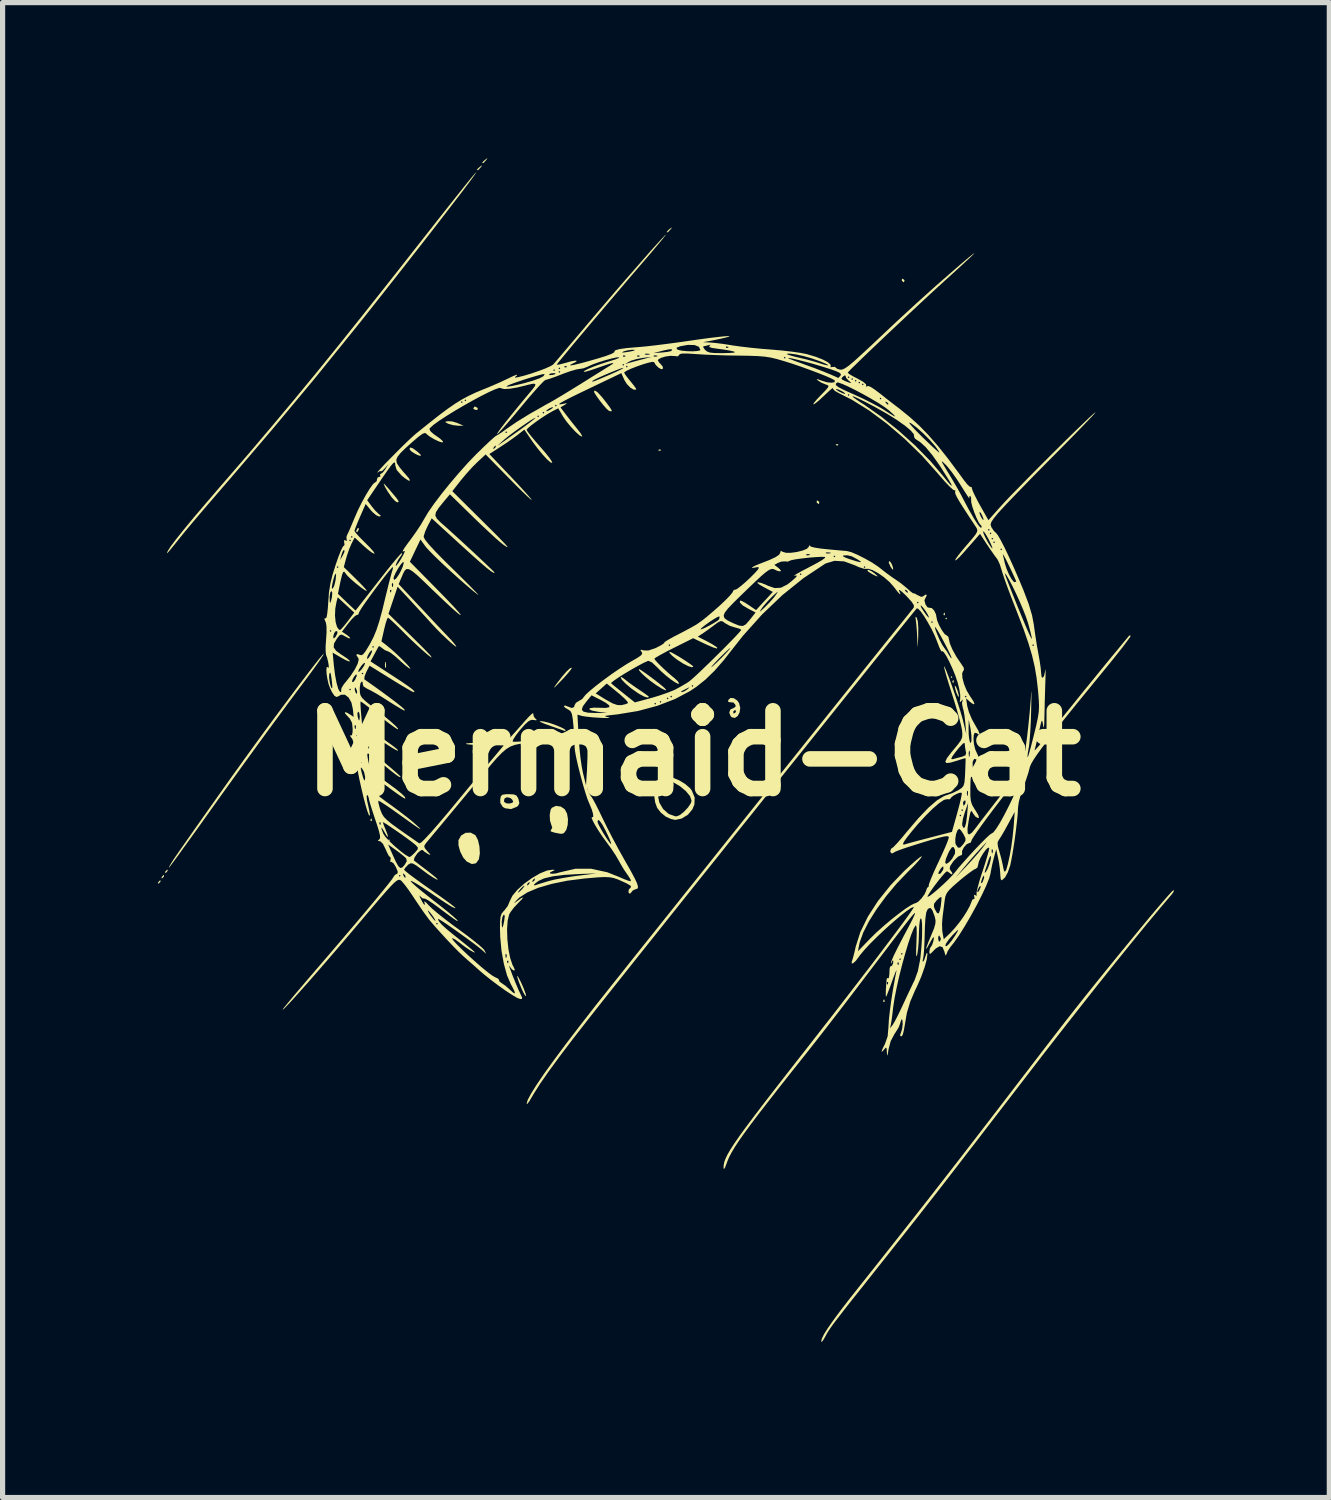
<source format=kicad_pcb>
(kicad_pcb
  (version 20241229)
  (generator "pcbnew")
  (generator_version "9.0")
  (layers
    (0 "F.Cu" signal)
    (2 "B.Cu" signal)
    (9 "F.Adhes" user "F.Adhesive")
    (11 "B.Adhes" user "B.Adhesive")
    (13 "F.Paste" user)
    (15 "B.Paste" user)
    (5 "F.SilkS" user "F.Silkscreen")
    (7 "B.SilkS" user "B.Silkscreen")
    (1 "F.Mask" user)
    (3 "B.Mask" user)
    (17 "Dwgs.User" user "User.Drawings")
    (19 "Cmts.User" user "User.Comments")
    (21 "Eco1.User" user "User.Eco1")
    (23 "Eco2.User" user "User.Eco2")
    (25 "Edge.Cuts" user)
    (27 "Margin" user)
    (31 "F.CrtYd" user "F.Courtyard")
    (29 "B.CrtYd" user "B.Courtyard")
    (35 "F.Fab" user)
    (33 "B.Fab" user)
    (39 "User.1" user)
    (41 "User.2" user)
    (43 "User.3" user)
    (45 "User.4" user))
  (footprint "Mermaid-Cat"
    (layer "F.Cu")
    (at 10.327 11.485)
    (property "Reference" "Mermaid-Cat" (at 0 0 0) (layer "F.SilkS") (effects (font (size 1.5 1.5) (thickness 0.3))))
    (attr board_only exclude_from_pos_files exclude_from_bom)
    (fp_poly (pts (xy -5.854 1.677) (xy -5.871 1.694) (xy -5.888 1.677) (xy -5.871 1.66)) (stroke (width 0) (type solid)) (fill yes) (layer "F.SilkS"))
    (fp_poly (pts (xy 4.895 -2.602) (xy 4.878 -2.585) (xy 4.861 -2.602) (xy 4.878 -2.619)) (stroke (width 0) (type solid)) (fill yes) (layer "F.SilkS"))
    (fp_poly (pts (xy 4.998 -1.472) (xy 4.981 -1.455) (xy 4.964 -1.472) (xy 4.981 -1.489)) (stroke (width 0) (type solid)) (fill yes) (layer "F.SilkS"))
    (fp_poly (pts (xy -6.96 -0.69) (xy -6.956 -0.65) (xy -6.96 -0.645) (xy -6.981 -0.649) (xy -6.983 -0.668) (xy -6.971 -0.696)) (stroke (width 0) (type solid)) (fill yes) (layer "F.SilkS"))
    (fp_poly (pts (xy -6.207 1.261) (xy -6.203 1.301) (xy -6.207 1.307) (xy -6.228 1.302) (xy -6.23 1.284) (xy -6.218 1.256)) (stroke (width 0) (type solid)) (fill yes) (layer "F.SilkS"))
    (fp_poly (pts (xy -2.408 -0.314) (xy -2.412 -0.293) (xy -2.43 -0.291) (xy -2.459 -0.303) (xy -2.453 -0.314) (xy -2.413 -0.318)) (stroke (width 0) (type solid)) (fill yes) (layer "F.SilkS"))
    (fp_poly (pts (xy -1.894 0.439) (xy -1.89 0.48) (xy -1.894 0.485) (xy -1.915 0.48) (xy -1.917 0.462) (xy -1.904 0.434)) (stroke (width 0) (type solid)) (fill yes) (layer "F.SilkS"))
    (fp_poly (pts (xy -0.628 -5.859) (xy -0.632 -5.839) (xy -0.65 -5.837) (xy -0.679 -5.849) (xy -0.673 -5.859) (xy -0.633 -5.863)) (stroke (width 0) (type solid)) (fill yes) (layer "F.SilkS"))
    (fp_poly (pts (xy 2.796 -5.962) (xy 2.791 -5.942) (xy 2.773 -5.939) (xy 2.745 -5.952) (xy 2.75 -5.962) (xy 2.791 -5.966)) (stroke (width 0) (type solid)) (fill yes) (layer "F.SilkS"))
    (fp_poly (pts (xy 3.686 4.753) (xy 3.69 4.793) (xy 3.686 4.798) (xy 3.665 4.793) (xy 3.663 4.775) (xy 3.675 4.747)) (stroke (width 0) (type solid)) (fill yes) (layer "F.SilkS"))
    (fp_poly (pts (xy 4.85 -2.71) (xy 4.854 -2.669) (xy 4.85 -2.664) (xy 4.829 -2.669) (xy 4.827 -2.687) (xy 4.839 -2.715)) (stroke (width 0) (type solid)) (fill yes) (layer "F.SilkS"))
    (fp_poly (pts (xy 5.021 -1.409) (xy 5.025 -1.369) (xy 5.021 -1.364) (xy 5 -1.368) (xy 4.998 -1.386) (xy 5.01 -1.415)) (stroke (width 0) (type solid)) (fill yes) (layer "F.SilkS"))
    (fp_poly (pts (xy -6.451 -4.342) (xy -6.457 -4.315) (xy -6.484 -4.267) (xy -6.502 -4.275) (xy -6.504 -4.294) (xy -6.479 -4.34) (xy -6.47 -4.347)) (stroke (width 0) (type solid)) (fill yes) (layer "F.SilkS"))
    (fp_poly (pts (xy -10.28 2.47) (xy -10.287 2.482) (xy -10.319 2.514) (xy -10.325 2.516) (xy -10.327 2.494) (xy -10.321 2.482) (xy -10.289 2.449) (xy -10.283 2.448)) (stroke (width 0) (type solid)) (fill yes) (layer "F.SilkS"))
    (fp_poly (pts (xy -10.212 2.367) (xy -10.218 2.379) (xy -10.25 2.412) (xy -10.256 2.413) (xy -10.259 2.391) (xy -10.252 2.379) (xy -10.22 2.346) (xy -10.214 2.345)) (stroke (width 0) (type solid)) (fill yes) (layer "F.SilkS"))
    (fp_poly (pts (xy -10.143 2.264) (xy -10.15 2.276) (xy -10.182 2.309) (xy -10.188 2.311) (xy -10.19 2.289) (xy -10.184 2.276) (xy -10.152 2.244) (xy -10.146 2.242)) (stroke (width 0) (type solid)) (fill yes) (layer "F.SilkS"))
    (fp_poly (pts (xy -5.934 -1.76) (xy -5.933 -1.754) (xy -5.928 -1.679) (xy -5.934 -1.651) (xy -5.945 -1.65) (xy -5.95 -1.703) (xy -5.95 -1.712) (xy -5.945 -1.765)) (stroke (width 0) (type solid)) (fill yes) (layer "F.SilkS"))
    (fp_poly (pts (xy -4.166 -6.667) (xy -4.159 -6.658) (xy -4.167 -6.629) (xy -4.191 -6.624) (xy -4.238 -6.642) (xy -4.245 -6.658) (xy -4.22 -6.691) (xy -4.213 -6.692)) (stroke (width 0) (type solid)) (fill yes) (layer "F.SilkS"))
    (fp_poly (pts (xy -4.084 -11.33) (xy -4.103 -11.305) (xy -4.153 -11.252) (xy -4.176 -11.252) (xy -4.176 -11.258) (xy -4.153 -11.287) (xy -4.116 -11.318) (xy -4.076 -11.348)) (stroke (width 0) (type solid)) (fill yes) (layer "F.SilkS"))
    (fp_poly (pts (xy -3.982 -11.467) (xy -4.001 -11.442) (xy -4.051 -11.389) (xy -4.073 -11.389) (xy -4.074 -11.395) (xy -4.05 -11.424) (xy -4.014 -11.455) (xy -3.973 -11.485)) (stroke (width 0) (type solid)) (fill yes) (layer "F.SilkS"))
    (fp_poly (pts (xy -0.422 -10.132) (xy -0.441 -10.107) (xy -0.491 -10.054) (xy -0.513 -10.054) (xy -0.513 -10.06) (xy -0.49 -10.089) (xy -0.454 -10.12) (xy -0.413 -10.149)) (stroke (width 0) (type solid)) (fill yes) (layer "F.SilkS"))
    (fp_poly (pts (xy 2.429 -4.853) (xy 2.43 -4.844) (xy 2.419 -4.81) (xy 2.415 -4.81) (xy 2.386 -4.834) (xy 2.379 -4.844) (xy 2.382 -4.875) (xy 2.394 -4.878)) (stroke (width 0) (type solid)) (fill yes) (layer "F.SilkS"))
    (fp_poly (pts (xy 4.072 -9.132) (xy 4.074 -9.123) (xy 4.062 -9.089) (xy 4.058 -9.089) (xy 4.029 -9.113) (xy 4.022 -9.123) (xy 4.025 -9.154) (xy 4.037 -9.157)) (stroke (width 0) (type solid)) (fill yes) (layer "F.SilkS"))
    (fp_poly (pts (xy 3.796 -3.7) (xy 3.822 -3.663) (xy 3.846 -3.605) (xy 3.856 -3.556) (xy 3.849 -3.543) (xy 3.825 -3.569) (xy 3.801 -3.609) (xy 3.769 -3.683) (xy 3.776 -3.707)) (stroke (width 0) (type solid)) (fill yes) (layer "F.SilkS"))
    (fp_poly (pts (xy -5.41 -5.884) (xy -5.323 -5.82) (xy -5.262 -5.763) (xy -5.258 -5.739) (xy -5.308 -5.751) (xy -5.383 -5.788) (xy -5.449 -5.833) (xy -5.477 -5.871) (xy -5.477 -5.872) (xy -5.461 -5.902)) (stroke (width 0) (type solid)) (fill yes) (layer "F.SilkS"))
    (fp_poly (pts (xy -4.657 -6.405) (xy -4.558 -6.376) (xy -4.549 -6.372) (xy -4.433 -6.321) (xy -4.536 -6.321) (xy -4.643 -6.334) (xy -4.724 -6.358) (xy -4.781 -6.386) (xy -4.779 -6.4) (xy -4.737 -6.409)) (stroke (width 0) (type solid)) (fill yes) (layer "F.SilkS"))
    (fp_poly (pts (xy 3.44 -3.512) (xy 3.492 -3.475) (xy 3.55 -3.424) (xy 3.552 -3.411) (xy 3.496 -3.435) (xy 3.449 -3.46) (xy 3.383 -3.5) (xy 3.355 -3.526) (xy 3.355 -3.527) (xy 3.378 -3.542)) (stroke (width 0) (type solid)) (fill yes) (layer "F.SilkS"))
    (fp_poly (pts (xy 5.064 -1.289) (xy 5.092 -1.225) (xy 5.097 -1.211) (xy 5.119 -1.134) (xy 5.123 -1.09) (xy 5.122 -1.088) (xy 5.103 -1.107) (xy 5.075 -1.172) (xy 5.07 -1.185) (xy 5.048 -1.262) (xy 5.044 -1.306) (xy 5.045 -1.308)) (stroke (width 0) (type solid)) (fill yes) (layer "F.SilkS"))
    (fp_poly (pts (xy -3.385 4.304) (xy -3.348 4.372) (xy -3.319 4.43) (xy -3.27 4.543) (xy -3.237 4.634) (xy -3.227 4.683) (xy -3.227 4.684) (xy -3.245 4.675) (xy -3.279 4.616) (xy -3.31 4.55) (xy -3.362 4.421) (xy -3.392 4.333) (xy -3.4 4.293)) (stroke (width 0) (type solid)) (fill yes) (layer "F.SilkS"))
    (fp_poly (pts (xy -2.358 -1.623) (xy -2.411 -1.556) (xy -2.492 -1.464) (xy -2.536 -1.417) (xy -2.629 -1.321) (xy -2.679 -1.272) (xy -2.688 -1.27) (xy -2.661 -1.311) (xy -2.632 -1.352) (xy -2.53 -1.484) (xy -2.443 -1.584) (xy -2.378 -1.643) (xy -2.344 -1.654)) (stroke (width 0) (type solid)) (fill yes) (layer "F.SilkS"))
    (fp_poly (pts (xy -1.848 -6.967) (xy -1.764 -6.875) (xy -1.7 -6.795) (xy -1.618 -6.687) (xy -1.578 -6.624) (xy -1.576 -6.598) (xy -1.61 -6.603) (xy -1.633 -6.612) (xy -1.672 -6.646) (xy -1.734 -6.716) (xy -1.803 -6.803) (xy -1.866 -6.89) (xy -1.908 -6.956) (xy -1.917 -6.979) (xy -1.9 -7.002)) (stroke (width 0) (type solid)) (fill yes) (layer "F.SilkS"))
    (fp_poly (pts (xy -0.431 -1.951) (xy -0.359 -1.913) (xy -0.264 -1.857) (xy -0.164 -1.794) (xy -0.076 -1.735) (xy -0.016 -1.691) (xy 0 -1.673) (xy -0.026 -1.661) (xy -0.096 -1.682) (xy -0.194 -1.731) (xy -0.212 -1.742) (xy -0.322 -1.814) (xy -0.408 -1.882) (xy -0.458 -1.936) (xy -0.463 -1.961)) (stroke (width 0) (type solid)) (fill yes) (layer "F.SilkS"))
    (fp_poly (pts (xy 4.312 -2.611) (xy 4.331 -2.544) (xy 4.34 -2.426) (xy 4.339 -2.271) (xy 4.339 -2.268) (xy 4.333 -2.134) (xy 4.329 -2.066) (xy 4.326 -2.061) (xy 4.323 -2.117) (xy 4.32 -2.212) (xy 4.313 -2.351) (xy 4.303 -2.479) (xy 4.294 -2.555) (xy 4.285 -2.625) (xy 4.294 -2.636)) (stroke (width 0) (type solid)) (fill yes) (layer "F.SilkS"))
    (fp_poly (pts (xy -5.921 -5.152) (xy -5.905 -5.135) (xy -5.797 -5.009) (xy -5.728 -4.926) (xy -5.693 -4.876) (xy -5.686 -4.852) (xy -5.702 -4.844) (xy -5.715 -4.844) (xy -5.754 -4.869) (xy -5.812 -4.931) (xy -5.83 -4.955) (xy -5.896 -5.051) (xy -5.949 -5.141) (xy -5.954 -5.152) (xy -5.975 -5.201) (xy -5.966 -5.201)) (stroke (width 0) (type solid)) (fill yes) (layer "F.SilkS"))
    (fp_poly (pts (xy -2.922 -0.62) (xy -2.873 -0.612) (xy -2.78 -0.589) (xy -2.673 -0.552) (xy -2.572 -0.511) (xy -2.496 -0.474) (xy -2.465 -0.447) (xy -2.465 -0.447) (xy -2.473 -0.43) (xy -2.507 -0.442) (xy -2.589 -0.471) (xy -2.702 -0.51) (xy -2.718 -0.516) (xy -2.866 -0.569) (xy -2.949 -0.605) (xy -2.968 -0.622)) (stroke (width 0) (type solid)) (fill yes) (layer "F.SilkS"))
    (fp_poly (pts (xy -4.208 1.577) (xy -4.202 1.583) (xy -4.156 1.671) (xy -4.127 1.796) (xy -4.119 1.929) (xy -4.137 2.04) (xy -4.139 2.045) (xy -4.193 2.121) (xy -4.273 2.135) (xy -4.37 2.089) (xy -4.44 2.01) (xy -4.498 1.895) (xy -4.532 1.772) (xy -4.532 1.675) (xy -4.48 1.584) (xy -4.394 1.533) (xy -4.296 1.529)) (stroke (width 0) (type solid)) (fill yes) (layer "F.SilkS"))
    (fp_poly (pts (xy -1.331 -1.435) (xy -1.326 -1.431) (xy -1.258 -1.376) (xy -1.154 -1.301) (xy -1.053 -1.232) (xy -0.955 -1.166) (xy -0.884 -1.115) (xy -0.856 -1.091) (xy -0.856 -1.091) (xy -0.881 -1.076) (xy -0.949 -1.096) (xy -1.043 -1.146) (xy -1.079 -1.169) (xy -1.203 -1.257) (xy -1.306 -1.345) (xy -1.378 -1.419) (xy -1.404 -1.467) (xy -1.382 -1.471)) (stroke (width 0) (type solid)) (fill yes) (layer "F.SilkS"))
    (fp_poly (pts (xy -1.011 -1.607) (xy -0.937 -1.556) (xy -0.84 -1.486) (xy -0.736 -1.408) (xy -0.641 -1.333) (xy -0.569 -1.273) (xy -0.554 -1.259) (xy -0.523 -1.221) (xy -0.541 -1.218) (xy -0.601 -1.246) (xy -0.696 -1.304) (xy -0.736 -1.331) (xy -0.837 -1.404) (xy -0.93 -1.482) (xy -1.004 -1.551) (xy -1.048 -1.603) (xy -1.05 -1.626) (xy -1.047 -1.626)) (stroke (width 0) (type solid)) (fill yes) (layer "F.SilkS"))
    (fp_poly (pts (xy -2.555 1.027) (xy -2.481 1.079) (xy -2.437 1.161) (xy -2.419 1.268) (xy -2.424 1.379) (xy -2.451 1.475) (xy -2.497 1.539) (xy -2.546 1.553) (xy -2.605 1.544) (xy -2.687 1.527) (xy -2.753 1.504) (xy -2.749 1.479) (xy -2.747 1.478) (xy -2.722 1.434) (xy -2.738 1.387) (xy -2.766 1.296) (xy -2.771 1.187) (xy -2.755 1.092) (xy -2.732 1.051) (xy -2.651 1.013)) (stroke (width 0) (type solid)) (fill yes) (layer "F.SilkS"))
    (fp_poly (pts (xy -3.463 0.792) (xy -3.411 0.815) (xy -3.38 0.867) (xy -3.373 0.885) (xy -3.357 0.962) (xy -3.381 1.011) (xy -3.405 1.03) (xy -3.517 1.075) (xy -3.632 1.059) (xy -3.676 1.034) (xy -3.724 0.958) (xy -3.725 0.924) (xy -3.654 0.924) (xy -3.646 0.94) (xy -3.602 0.965) (xy -3.537 0.967) (xy -3.486 0.948) (xy -3.475 0.928) (xy -3.5 0.887) (xy -3.533 0.86) (xy -3.597 0.846) (xy -3.645 0.873) (xy -3.654 0.924) (xy -3.725 0.924) (xy -3.726 0.888) (xy -3.713 0.826) (xy -3.681 0.797) (xy -3.61 0.788) (xy -3.561 0.787)) (stroke (width 0) (type solid)) (fill yes) (layer "F.SilkS"))
    (fp_poly (pts (xy 0.782 -1.064) (xy 0.849 -1.018) (xy 0.883 -0.967) (xy 0.905 -0.876) (xy 0.892 -0.789) (xy 0.855 -0.72) (xy 0.802 -0.684) (xy 0.744 -0.695) (xy 0.72 -0.717) (xy 0.693 -0.786) (xy 0.699 -0.804) (xy 0.77 -0.804) (xy 0.773 -0.773) (xy 0.785 -0.77) (xy 0.82 -0.795) (xy 0.822 -0.804) (xy 0.81 -0.838) (xy 0.806 -0.839) (xy 0.777 -0.815) (xy 0.77 -0.804) (xy 0.699 -0.804) (xy 0.714 -0.847) (xy 0.772 -0.873) (xy 0.813 -0.898) (xy 0.814 -0.933) (xy 0.775 -0.98) (xy 0.727 -0.985) (xy 0.674 -0.991) (xy 0.673 -1.029) (xy 0.717 -1.07)) (stroke (width 0) (type solid)) (fill yes) (layer "F.SilkS"))
    (fp_poly (pts (xy -7.145 -1.89) (xy -7.194 -1.815) (xy -7.271 -1.705) (xy -7.369 -1.57) (xy -7.42 -1.501) (xy -7.809 -0.98) (xy -8.228 -0.41) (xy -8.671 0.2) (xy -9.132 0.84) (xy -9.393 1.207) (xy -9.557 1.437) (xy -9.709 1.648) (xy -9.844 1.835) (xy -9.956 1.991) (xy -10.043 2.109) (xy -10.099 2.183) (xy -10.12 2.208) (xy -10.111 2.182) (xy -10.073 2.117) (xy -10.039 2.063) (xy -9.992 1.993) (xy -9.912 1.877) (xy -9.803 1.722) (xy -9.673 1.536) (xy -9.527 1.328) (xy -9.371 1.107) (xy -9.211 0.881) (xy -9.053 0.658) (xy -8.903 0.446) (xy -8.766 0.256) (xy -8.65 0.093) (xy -8.644 0.086) (xy -8.454 -0.177) (xy -8.262 -0.44) (xy -8.071 -0.699) (xy -7.886 -0.947) (xy -7.713 -1.18) (xy -7.553 -1.391) (xy -7.413 -1.575) (xy -7.297 -1.725) (xy -7.208 -1.837) (xy -7.151 -1.904) (xy -7.13 -1.921)) (stroke (width 0) (type solid)) (fill yes) (layer "F.SilkS"))
    (fp_poly (pts (xy -0.517 0.435) (xy -0.399 0.467) (xy -0.273 0.521) (xy -0.157 0.591) (xy -0.065 0.671) (xy -0.031 0.715) (xy 0.026 0.853) (xy 0.02 0.987) (xy -0.018 1.079) (xy -0.104 1.183) (xy -0.227 1.258) (xy -0.349 1.284) (xy -0.431 1.266) (xy -0.527 1.223) (xy -0.537 1.217) (xy -0.628 1.142) (xy -0.698 1.052) (xy -0.7 1.047) (xy -0.737 0.945) (xy -0.752 0.839) (xy -0.743 0.755) (xy -0.719 0.719) (xy -0.695 0.732) (xy -0.685 0.799) (xy -0.685 0.804) (xy -0.657 0.948) (xy -0.583 1.074) (xy -0.477 1.168) (xy -0.353 1.213) (xy -0.323 1.215) (xy -0.259 1.189) (xy -0.179 1.125) (xy -0.102 1.042) (xy -0.048 0.961) (xy -0.034 0.915) (xy -0.064 0.825) (xy -0.145 0.727) (xy -0.258 0.634) (xy -0.39 0.557) (xy -0.523 0.508) (xy -0.61 0.497) (xy -0.662 0.485) (xy -0.668 0.462) (xy -0.611 0.431)) (stroke (width 0) (type solid)) (fill yes) (layer "F.SilkS"))
    (fp_poly (pts (xy -4.204 -11.185) (xy -4.257 -11.11) (xy -4.345 -10.99) (xy -4.465 -10.831) (xy -4.614 -10.637) (xy -4.787 -10.412) (xy -4.981 -10.16) (xy -5.193 -9.888) (xy -5.419 -9.599) (xy -5.655 -9.297) (xy -5.898 -8.989) (xy -6.144 -8.677) (xy -6.39 -8.366) (xy -6.552 -8.164) (xy -7.314 -7.222) (xy -8.12 -6.255) (xy -8.955 -5.278) (xy -9.015 -5.209) (xy -9.196 -4.999) (xy -9.374 -4.792) (xy -9.541 -4.597) (xy -9.688 -4.423) (xy -9.807 -4.281) (xy -9.889 -4.18) (xy -9.892 -4.176) (xy -10.009 -4.03) (xy -10.089 -3.932) (xy -10.136 -3.877) (xy -10.156 -3.861) (xy -10.152 -3.878) (xy -10.137 -3.909) (xy -10.083 -3.994) (xy -9.983 -4.127) (xy -9.837 -4.31) (xy -9.645 -4.543) (xy -9.406 -4.824) (xy -9.121 -5.156) (xy -9.02 -5.272) (xy -8.579 -5.783) (xy -8.149 -6.29) (xy -7.722 -6.8) (xy -7.29 -7.323) (xy -6.846 -7.871) (xy -6.382 -8.451) (xy -5.889 -9.073) (xy -5.688 -9.328) (xy -5.382 -9.718) (xy -5.116 -10.056) (xy -4.889 -10.345) (xy -4.697 -10.588) (xy -4.539 -10.787) (xy -4.413 -10.945) (xy -4.318 -11.063) (xy -4.25 -11.145) (xy -4.208 -11.194) (xy -4.191 -11.211) (xy -4.19 -11.211)) (stroke (width 0) (type solid)) (fill yes) (layer "F.SilkS"))
    (fp_poly (pts (xy 9.269 2.634) (xy 9.265 2.671) (xy 9.236 2.713) (xy 9.012 2.977) (xy 8.752 3.289) (xy 8.463 3.643) (xy 8.149 4.031) (xy 7.817 4.447) (xy 7.472 4.884) (xy 7.119 5.334) (xy 6.763 5.791) (xy 6.557 6.059) (xy 6.229 6.485) (xy 5.94 6.861) (xy 5.685 7.192) (xy 5.461 7.484) (xy 5.262 7.741) (xy 5.087 7.969) (xy 4.931 8.171) (xy 4.79 8.353) (xy 4.66 8.52) (xy 4.538 8.676) (xy 4.42 8.827) (xy 4.302 8.978) (xy 4.18 9.132) (xy 4.051 9.296) (xy 3.91 9.473) (xy 3.755 9.67) (xy 3.58 9.89) (xy 3.442 10.064) (xy 3.235 10.326) (xy 3.065 10.539) (xy 2.93 10.711) (xy 2.824 10.848) (xy 2.742 10.954) (xy 2.681 11.036) (xy 2.635 11.101) (xy 2.601 11.153) (xy 2.573 11.2) (xy 2.548 11.246) (xy 2.54 11.262) (xy 2.498 11.332) (xy 2.471 11.357) (xy 2.467 11.348) (xy 2.479 11.292) (xy 2.52 11.208) (xy 2.592 11.093) (xy 2.698 10.941) (xy 2.84 10.749) (xy 3.022 10.513) (xy 3.224 10.258) (xy 3.523 9.882) (xy 3.801 9.53) (xy 4.065 9.196) (xy 4.32 8.872) (xy 4.573 8.549) (xy 4.829 8.22) (xy 5.095 7.878) (xy 5.376 7.514) (xy 5.679 7.121) (xy 6.009 6.691) (xy 6.373 6.216) (xy 6.47 6.09) (xy 6.732 5.748) (xy 6.964 5.447) (xy 7.175 5.175) (xy 7.374 4.921) (xy 7.569 4.675) (xy 7.77 4.425) (xy 7.983 4.161) (xy 8.219 3.871) (xy 8.486 3.546) (xy 8.637 3.362) (xy 8.796 3.17) (xy 8.941 2.998) (xy 9.066 2.852) (xy 9.166 2.738) (xy 9.235 2.663) (xy 9.268 2.634)) (stroke (width 0) (type solid)) (fill yes) (layer "F.SilkS"))
    (fp_poly (pts (xy -0.543 -9.988) (xy -0.598 -9.919) (xy -0.686 -9.813) (xy -0.799 -9.678) (xy -0.933 -9.521) (xy -0.989 -9.457) (xy -1.192 -9.22) (xy -1.398 -8.978) (xy -1.604 -8.736) (xy -1.803 -8.501) (xy -1.993 -8.277) (xy -2.166 -8.071) (xy -2.32 -7.888) (xy -2.448 -7.733) (xy -2.547 -7.613) (xy -2.611 -7.534) (xy -2.636 -7.5) (xy -2.636 -7.499) (xy -2.607 -7.499) (xy -2.532 -7.516) (xy -2.473 -7.532) (xy -2.357 -7.564) (xy -2.279 -7.577) (xy -2.247 -7.573) (xy -2.269 -7.551) (xy -2.311 -7.53) (xy -2.375 -7.496) (xy -2.376 -7.484) (xy -2.311 -7.493) (xy -2.182 -7.524) (xy -2.087 -7.549) (xy -1.855 -7.615) (xy -1.686 -7.667) (xy -1.669 -7.674) (xy -1.358 -7.674) (xy -1.353 -7.653) (xy -1.335 -7.651) (xy -1.307 -7.663) (xy -1.312 -7.674) (xy -1.084 -7.674) (xy -1.079 -7.653) (xy -1.061 -7.651) (xy -1.043 -7.659) (xy -0.772 -7.659) (xy -0.739 -7.654) (xy -0.694 -7.66) (xy -0.694 -7.671) (xy -0.74 -7.68) (xy -0.76 -7.674) (xy -0.772 -7.659) (xy -1.043 -7.659) (xy -1.033 -7.663) (xy -1.038 -7.674) (xy -1.079 -7.678) (xy -1.084 -7.674) (xy -1.312 -7.674) (xy -1.353 -7.678) (xy -1.358 -7.674) (xy -1.669 -7.674) (xy -1.612 -7.695) (xy -0.937 -7.695) (xy -0.89 -7.69) (xy -0.841 -7.696) (xy -0.847 -7.708) (xy -0.917 -7.712) (xy -0.933 -7.708) (xy -0.937 -7.695) (xy -1.612 -7.695) (xy -1.578 -7.708) (xy -1.554 -7.722) (xy -0.77 -7.722) (xy -0.606 -7.734) (xy -0.505 -7.745) (xy -0.436 -7.759) (xy -0.421 -7.767) (xy -0.409 -7.794) (xy -0.457 -7.797) (xy -0.565 -7.775) (xy -0.599 -7.767) (xy -0.77 -7.722) (xy -1.554 -7.722) (xy -1.531 -7.735) (xy -1.376 -7.735) (xy -1.338 -7.735) (xy -1.284 -7.742) (xy -1.194 -7.758) (xy -1.139 -7.772) (xy -1.133 -7.775) (xy -1.142 -7.786) (xy -1.194 -7.786) (xy -1.266 -7.776) (xy -1.333 -7.759) (xy -1.352 -7.752) (xy -1.376 -7.735) (xy -1.531 -7.735) (xy -1.527 -7.738) (xy -1.523 -7.753) (xy -1.506 -7.777) (xy -1.424 -7.8) (xy -1.276 -7.821) (xy -1.186 -7.828) (xy -0.321 -7.828) (xy -0.32 -7.801) (xy -0.289 -7.784) (xy -0.216 -7.768) (xy -0.116 -7.759) (xy -0.011 -7.757) (xy 0.079 -7.763) (xy 0.131 -7.776) (xy 0.137 -7.784) (xy 0.111 -7.835) (xy 0.19 -7.835) (xy 0.223 -7.788) (xy 0.263 -7.754) (xy 0.318 -7.733) (xy 0.405 -7.724) (xy 0.54 -7.722) (xy 0.579 -7.722) (xy 0.718 -7.726) (xy 0.792 -7.733) (xy 0.802 -7.744) (xy 0.781 -7.753) (xy 0.698 -7.772) (xy 0.576 -7.792) (xy 0.478 -7.805) (xy 0.361 -7.822) (xy 0.307 -7.841) (xy 0.308 -7.845) (xy 0.628 -7.845) (xy 0.632 -7.824) (xy 0.65 -7.822) (xy 0.679 -7.834) (xy 0.673 -7.845) (xy 0.633 -7.849) (xy 0.628 -7.845) (xy 0.308 -7.845) (xy 0.311 -7.862) (xy 0.312 -7.863) (xy 0.336 -7.885) (xy 0.3 -7.878) (xy 0.297 -7.877) (xy 0.225 -7.859) (xy 0.197 -7.856) (xy 0.19 -7.835) (xy 0.111 -7.835) (xy 0.107 -7.844) (xy 0.024 -7.878) (xy -0.099 -7.881) (xy -0.123 -7.878) (xy -0.255 -7.854) (xy -0.321 -7.828) (xy -1.186 -7.828) (xy -1.059 -7.839) (xy -1.044 -7.84) (xy -0.914 -7.852) (xy -0.736 -7.872) (xy -0.528 -7.898) (xy -0.309 -7.927) (xy -0.188 -7.944) (xy 0.082 -7.983) (xy 0.309 -8.014) (xy 0.489 -8.035) (xy 0.616 -8.048) (xy 0.688 -8.051) (xy 0.699 -8.045) (xy 0.65 -8.029) (xy 0.542 -8.003) (xy 0.41 -7.975) (xy 0.359 -7.965) (xy 0.188 -7.933) (xy 0.325 -7.927) (xy 0.424 -7.918) (xy 0.564 -7.901) (xy 0.718 -7.877) (xy 0.753 -7.871) (xy 0.903 -7.85) (xy 1.097 -7.827) (xy 1.309 -7.806) (xy 1.512 -7.79) (xy 1.707 -7.773) (xy 1.898 -7.751) (xy 2.066 -7.727) (xy 2.188 -7.703) (xy 2.194 -7.701) (xy 2.36 -7.652) (xy 2.498 -7.598) (xy 2.597 -7.545) (xy 2.648 -7.498) (xy 2.649 -7.473) (xy 2.648 -7.448) (xy 2.679 -7.455) (xy 2.731 -7.457) (xy 2.745 -7.443) (xy 2.784 -7.415) (xy 2.843 -7.402) (xy 2.882 -7.408) (xy 2.935 -7.435) (xy 3.009 -7.488) (xy 3.11 -7.573) (xy 3.244 -7.695) (xy 3.419 -7.857) (xy 3.494 -7.928) (xy 3.926 -8.335) (xy 4.324 -8.701) (xy 4.7 -9.039) (xy 5.067 -9.358) (xy 5.186 -9.461) (xy 5.315 -9.569) (xy 5.394 -9.633) (xy 5.424 -9.654) (xy 5.407 -9.633) (xy 5.343 -9.57) (xy 5.233 -9.468) (xy 5.08 -9.327) (xy 4.883 -9.148) (xy 4.877 -9.143) (xy 4.728 -9.007) (xy 4.556 -8.849) (xy 4.369 -8.675) (xy 4.172 -8.491) (xy 3.971 -8.302) (xy 3.772 -8.115) (xy 3.583 -7.935) (xy 3.408 -7.769) (xy 3.255 -7.622) (xy 3.13 -7.5) (xy 3.038 -7.41) (xy 2.987 -7.356) (xy 2.978 -7.345) (xy 3.006 -7.319) (xy 3.08 -7.275) (xy 3.168 -7.23) (xy 3.278 -7.168) (xy 3.332 -7.12) (xy 3.334 -7.097) (xy 3.33 -7.074) (xy 3.35 -7.083) (xy 3.378 -7.087) (xy 3.424 -7.068) (xy 3.498 -7.02) (xy 3.607 -6.938) (xy 3.731 -6.839) (xy 3.783 -6.799) (xy 3.871 -6.731) (xy 3.977 -6.65) (xy 3.988 -6.641) (xy 4.177 -6.488) (xy 4.356 -6.326) (xy 4.532 -6.145) (xy 4.714 -5.937) (xy 4.91 -5.691) (xy 5.128 -5.398) (xy 5.226 -5.264) (xy 5.288 -5.186) (xy 5.335 -5.144) (xy 5.352 -5.141) (xy 5.371 -5.135) (xy 5.374 -5.113) (xy 5.39 -5.062) (xy 5.434 -4.969) (xy 5.496 -4.848) (xy 5.534 -4.78) (xy 5.693 -4.499) (xy 5.915 -4.748) (xy 6.001 -4.843) (xy 6.123 -4.971) (xy 6.274 -5.125) (xy 6.445 -5.3) (xy 6.63 -5.487) (xy 6.822 -5.679) (xy 7.014 -5.87) (xy 7.198 -6.052) (xy 7.368 -6.218) (xy 7.517 -6.361) (xy 7.636 -6.475) (xy 7.72 -6.551) (xy 7.754 -6.579) (xy 7.754 -6.572) (xy 7.71 -6.522) (xy 7.626 -6.433) (xy 7.508 -6.31) (xy 7.36 -6.157) (xy 7.186 -5.98) (xy 6.99 -5.782) (xy 6.948 -5.74) (xy 6.735 -5.525) (xy 6.531 -5.318) (xy 6.343 -5.124) (xy 6.176 -4.952) (xy 6.038 -4.808) (xy 5.936 -4.698) (xy 5.876 -4.632) (xy 5.792 -4.529) (xy 5.748 -4.462) (xy 5.735 -4.413) (xy 5.748 -4.369) (xy 5.754 -4.358) (xy 5.802 -4.287) (xy 5.84 -4.253) (xy 5.876 -4.208) (xy 5.933 -4.108) (xy 6.008 -3.963) (xy 6.094 -3.781) (xy 6.189 -3.572) (xy 6.288 -3.343) (xy 6.371 -3.143) (xy 6.469 -2.884) (xy 6.534 -2.666) (xy 6.571 -2.474) (xy 6.572 -2.458) (xy 6.597 -2.281) (xy 6.628 -2.082) (xy 6.657 -1.923) (xy 6.682 -1.781) (xy 6.701 -1.653) (xy 6.709 -1.563) (xy 6.709 -1.555) (xy 6.719 -1.476) (xy 6.741 -1.457) (xy 6.766 -1.493) (xy 6.786 -1.579) (xy 6.789 -1.6) (xy 6.794 -1.627) (xy 6.796 -1.593) (xy 6.795 -1.505) (xy 6.791 -1.372) (xy 6.791 -1.369) (xy 6.785 -1.175) (xy 6.779 -0.967) (xy 6.775 -0.779) (xy 6.773 -0.702) (xy 6.77 -0.571) (xy 6.764 -0.506) (xy 6.756 -0.503) (xy 6.747 -0.548) (xy 6.737 -0.61) (xy 6.726 -0.632) (xy 6.713 -0.607) (xy 6.693 -0.528) (xy 6.664 -0.399) (xy 6.633 -0.261) (xy 6.605 -0.144) (xy 6.585 -0.069) (xy 6.581 -0.056) (xy 6.596 -0.067) (xy 6.649 -0.125) (xy 6.734 -0.224) (xy 6.846 -0.358) (xy 6.98 -0.521) (xy 7.131 -0.707) (xy 7.154 -0.736) (xy 7.332 -0.955) (xy 7.514 -1.181) (xy 7.693 -1.4) (xy 7.856 -1.601) (xy 7.994 -1.77) (xy 8.073 -1.866) (xy 8.188 -2.004) (xy 8.286 -2.124) (xy 8.361 -2.214) (xy 8.403 -2.265) (xy 8.41 -2.274) (xy 8.438 -2.27) (xy 8.439 -2.27) (xy 8.423 -2.24) (xy 8.369 -2.165) (xy 8.284 -2.052) (xy 8.171 -1.909) (xy 8.039 -1.744) (xy 7.954 -1.64) (xy 7.654 -1.273) (xy 7.395 -0.956) (xy 7.176 -0.684) (xy 6.992 -0.453) (xy 6.842 -0.261) (xy 6.722 -0.103) (xy 6.63 0.024) (xy 6.563 0.124) (xy 6.519 0.199) (xy 6.495 0.255) (xy 6.489 0.276) (xy 6.464 0.372) (xy 6.421 0.504) (xy 6.369 0.644) (xy 6.364 0.657) (xy 6.316 0.798) (xy 6.28 0.933) (xy 6.265 1.036) (xy 6.264 1.043) (xy 6.259 1.158) (xy 6.243 1.321) (xy 6.22 1.513) (xy 6.193 1.714) (xy 6.163 1.904) (xy 6.134 2.065) (xy 6.113 2.164) (xy 6.067 2.296) (xy 6.013 2.394) (xy 5.958 2.444) (xy 5.942 2.448) (xy 5.929 2.417) (xy 5.922 2.344) (xy 5.922 2.329) (xy 5.914 2.225) (xy 5.895 2.095) (xy 5.882 2.03) (xy 5.843 1.849) (xy 5.797 2.02) (xy 5.766 2.147) (xy 5.741 2.27) (xy 5.735 2.311) (xy 5.707 2.413) (xy 5.648 2.559) (xy 5.565 2.736) (xy 5.464 2.933) (xy 5.353 3.135) (xy 5.239 3.331) (xy 5.128 3.508) (xy 5.027 3.652) (xy 4.963 3.731) (xy 4.91 3.81) (xy 4.886 3.868) (xy 4.872 3.902) (xy 4.857 3.876) (xy 4.844 3.825) (xy 4.808 3.74) (xy 4.754 3.72) (xy 4.678 3.764) (xy 4.637 3.805) (xy 4.582 3.861) (xy 4.558 3.869) (xy 4.553 3.832) (xy 4.553 3.824) (xy 4.566 3.758) (xy 4.583 3.734) (xy 4.598 3.71) (xy 4.861 3.71) (xy 4.878 3.723) (xy 4.921 3.689) (xy 4.982 3.616) (xy 5.051 3.516) (xy 5.086 3.457) (xy 5.111 3.41) (xy 5.103 3.407) (xy 5.056 3.451) (xy 5.004 3.504) (xy 4.927 3.593) (xy 4.875 3.67) (xy 4.861 3.71) (xy 4.598 3.71) (xy 4.606 3.697) (xy 4.628 3.633) (xy 4.639 3.579) (xy 4.724 3.579) (xy 4.737 3.627) (xy 4.757 3.629) (xy 4.775 3.585) (xy 4.77 3.559) (xy 4.743 3.512) (xy 4.727 3.532) (xy 4.724 3.579) (xy 4.639 3.579) (xy 4.64 3.572) (xy 4.635 3.543) (xy 4.634 3.543) (xy 4.613 3.57) (xy 4.573 3.639) (xy 4.555 3.671) (xy 4.509 3.754) (xy 4.49 3.777) (xy 4.497 3.742) (xy 4.53 3.652) (xy 4.589 3.51) (xy 4.589 3.51) (xy 4.642 3.381) (xy 4.668 3.292) (xy 4.669 3.288) (xy 4.798 3.288) (xy 4.802 3.415) (xy 4.808 3.46) (xy 4.831 3.586) (xy 4.952 3.47) (xy 5.038 3.378) (xy 5.136 3.257) (xy 5.205 3.162) (xy 5.276 3.05) (xy 5.333 2.946) (xy 5.359 2.88) (xy 5.385 2.821) (xy 5.412 2.809) (xy 5.427 2.8) (xy 5.42 2.769) (xy 5.413 2.729) (xy 5.442 2.738) (xy 5.472 2.748) (xy 5.463 2.727) (xy 5.465 2.682) (xy 5.467 2.67) (xy 5.478 2.67) (xy 5.492 2.676) (xy 5.511 2.653) (xy 5.54 2.591) (xy 5.545 2.567) (xy 5.53 2.561) (xy 5.511 2.585) (xy 5.482 2.647) (xy 5.478 2.67) (xy 5.467 2.67) (xy 5.486 2.585) (xy 5.508 2.506) (xy 5.551 2.506) (xy 5.57 2.496) (xy 5.58 2.482) (xy 5.608 2.409) (xy 5.611 2.379) (xy 5.601 2.359) (xy 5.58 2.396) (xy 5.554 2.469) (xy 5.551 2.506) (xy 5.508 2.506) (xy 5.523 2.451) (xy 5.57 2.303) (xy 5.619 2.303) (xy 5.639 2.294) (xy 5.672 2.24) (xy 5.708 2.152) (xy 5.716 2.129) (xy 5.738 2.042) (xy 5.743 1.987) (xy 5.74 1.98) (xy 5.72 1.996) (xy 5.694 2.06) (xy 5.689 2.076) (xy 5.658 2.177) (xy 5.63 2.258) (xy 5.63 2.259) (xy 5.619 2.303) (xy 5.57 2.303) (xy 5.573 2.294) (xy 5.58 2.273) (xy 5.632 2.114) (xy 5.673 1.977) (xy 5.699 1.88) (xy 5.754 1.88) (xy 5.76 1.924) (xy 5.772 1.925) (xy 5.78 1.879) (xy 5.774 1.859) (xy 5.759 1.846) (xy 5.754 1.88) (xy 5.699 1.88) (xy 5.7 1.877) (xy 5.709 1.826) (xy 5.708 1.823) (xy 5.685 1.82) (xy 5.641 1.862) (xy 5.59 1.932) (xy 5.542 2.014) (xy 5.507 2.091) (xy 5.498 2.135) (xy 5.481 2.202) (xy 5.451 2.225) (xy 5.408 2.246) (xy 5.327 2.303) (xy 5.22 2.385) (xy 5.138 2.453) (xy 5.015 2.56) (xy 4.934 2.638) (xy 4.887 2.701) (xy 4.862 2.761) (xy 4.85 2.83) (xy 4.834 2.957) (xy 4.815 3.103) (xy 4.808 3.156) (xy 4.798 3.288) (xy 4.669 3.288) (xy 4.673 3.225) (xy 4.659 3.157) (xy 4.653 3.138) (xy 4.613 3.03) (xy 4.578 2.983) (xy 4.541 2.99) (xy 4.517 3.014) (xy 4.493 3.072) (xy 4.477 3.185) (xy 4.467 3.357) (xy 4.464 3.474) (xy 4.459 3.64) (xy 4.452 3.787) (xy 4.443 3.896) (xy 4.434 3.95) (xy 4.423 4.007) (xy 4.43 4.022) (xy 4.451 3.993) (xy 4.477 3.922) (xy 4.48 3.911) (xy 4.503 3.849) (xy 4.514 3.854) (xy 4.516 3.871) (xy 4.503 3.978) (xy 4.461 4.129) (xy 4.397 4.308) (xy 4.314 4.499) (xy 4.277 4.574) (xy 4.186 4.786) (xy 4.122 4.997) (xy 4.108 5.071) (xy 4.08 5.239) (xy 4.06 5.35) (xy 4.043 5.417) (xy 4.027 5.45) (xy 4.009 5.46) (xy 4.003 5.46) (xy 3.987 5.437) (xy 4.004 5.394) (xy 4.029 5.312) (xy 4.039 5.217) (xy 4.033 5.141) (xy 4.016 5.131) (xy 3.995 5.189) (xy 3.989 5.215) (xy 3.96 5.288) (xy 3.904 5.38) (xy 3.884 5.408) (xy 3.808 5.55) (xy 3.766 5.708) (xy 3.751 5.802) (xy 3.742 5.832) (xy 3.736 5.803) (xy 3.734 5.768) (xy 3.729 5.692) (xy 3.715 5.675) (xy 3.683 5.709) (xy 3.679 5.715) (xy 3.639 5.759) (xy 3.632 5.749) (xy 3.655 5.689) (xy 3.697 5.606) (xy 3.749 5.458) (xy 3.762 5.306) (xy 3.796 5.306) (xy 3.85 5.231) (xy 3.888 5.167) (xy 3.944 5.059) (xy 4.009 4.925) (xy 4.042 4.854) (xy 4.114 4.699) (xy 4.187 4.545) (xy 4.248 4.417) (xy 4.266 4.382) (xy 4.331 4.204) (xy 4.376 3.977) (xy 4.383 3.92) (xy 4.4 3.738) (xy 4.411 3.563) (xy 4.414 3.408) (xy 4.412 3.285) (xy 4.403 3.205) (xy 4.387 3.181) (xy 4.385 3.181) (xy 4.371 3.222) (xy 4.359 3.314) (xy 4.353 3.439) (xy 4.352 3.483) (xy 4.347 3.633) (xy 4.336 3.772) (xy 4.321 3.873) (xy 4.318 3.885) (xy 4.305 3.919) (xy 4.298 3.893) (xy 4.298 3.803) (xy 4.304 3.649) (xy 4.304 3.646) (xy 4.31 3.469) (xy 4.307 3.36) (xy 4.295 3.318) (xy 4.288 3.32) (xy 4.249 3.384) (xy 4.201 3.504) (xy 4.146 3.666) (xy 4.088 3.86) (xy 4.029 4.074) (xy 3.973 4.295) (xy 3.924 4.512) (xy 3.884 4.713) (xy 3.857 4.885) (xy 3.852 4.929) (xy 3.837 5.056) (xy 3.822 5.167) (xy 3.813 5.22) (xy 3.796 5.306) (xy 3.762 5.306) (xy 3.765 5.268) (xy 3.765 5.267) (xy 3.772 5.144) (xy 3.791 4.971) (xy 3.818 4.767) (xy 3.853 4.547) (xy 3.892 4.331) (xy 3.919 4.193) (xy 3.917 4.185) (xy 3.896 4.231) (xy 3.861 4.324) (xy 3.835 4.395) (xy 3.788 4.525) (xy 3.749 4.627) (xy 3.724 4.687) (xy 3.719 4.696) (xy 3.713 4.674) (xy 3.713 4.602) (xy 3.715 4.546) (xy 3.723 4.433) (xy 3.731 4.433) (xy 3.744 4.461) (xy 3.754 4.456) (xy 3.758 4.415) (xy 3.754 4.41) (xy 3.734 4.415) (xy 3.731 4.433) (xy 3.723 4.433) (xy 3.723 4.427) (xy 3.729 4.362) (xy 3.737 4.337) (xy 3.749 4.337) (xy 3.758 4.343) (xy 3.774 4.324) (xy 3.782 4.256) (xy 3.783 4.228) (xy 3.787 4.148) (xy 3.799 4.11) (xy 3.804 4.11) (xy 3.831 4.098) (xy 3.851 4.056) (xy 3.937 4.056) (xy 3.949 4.085) (xy 3.959 4.079) (xy 3.964 4.039) (xy 3.959 4.034) (xy 3.939 4.038) (xy 3.937 4.056) (xy 3.851 4.056) (xy 3.854 4.051) (xy 3.857 4.004) (xy 3.852 3.995) (xy 3.836 4.004) (xy 3.834 4.022) (xy 3.823 4.052) (xy 3.815 4.049) (xy 3.821 4.009) (xy 3.837 3.971) (xy 3.971 3.971) (xy 3.988 3.988) (xy 4.005 3.971) (xy 3.988 3.954) (xy 3.971 3.971) (xy 3.837 3.971) (xy 3.862 3.911) (xy 3.883 3.868) (xy 4.005 3.868) (xy 4.022 3.885) (xy 4.039 3.868) (xy 4.022 3.851) (xy 4.005 3.868) (xy 3.883 3.868) (xy 3.939 3.754) (xy 4.05 3.54) (xy 4.176 3.303) (xy 4.229 3.2) (xy 4.266 3.12) (xy 4.278 3.085) (xy 4.276 3.079) (xy 4.266 3.085) (xy 4.245 3.106) (xy 4.209 3.148) (xy 4.156 3.214) (xy 4.082 3.309) (xy 3.983 3.438) (xy 3.855 3.605) (xy 3.697 3.813) (xy 3.503 4.068) (xy 3.304 4.33) (xy 3.115 4.579) (xy 2.92 4.835) (xy 2.727 5.085) (xy 2.546 5.319) (xy 2.385 5.526) (xy 2.253 5.694) (xy 2.208 5.751) (xy 1.913 6.122) (xy 1.658 6.444) (xy 1.441 6.723) (xy 1.257 6.96) (xy 1.104 7.163) (xy 0.979 7.333) (xy 0.878 7.477) (xy 0.799 7.597) (xy 0.738 7.699) (xy 0.692 7.787) (xy 0.659 7.864) (xy 0.647 7.897) (xy 0.611 7.992) (xy 0.59 8.023) (xy 0.583 7.993) (xy 0.583 7.99) (xy 0.586 7.938) (xy 0.598 7.881) (xy 0.623 7.814) (xy 0.662 7.734) (xy 0.719 7.637) (xy 0.796 7.518) (xy 0.896 7.374) (xy 1.022 7.201) (xy 1.177 6.994) (xy 1.363 6.75) (xy 1.583 6.465) (xy 1.841 6.134) (xy 2.138 5.754) (xy 2.158 5.729) (xy 2.433 5.376) (xy 2.701 5.033) (xy 2.957 4.701) (xy 3.199 4.387) (xy 3.424 4.094) (xy 3.628 3.825) (xy 3.809 3.585) (xy 3.964 3.378) (xy 4.089 3.209) (xy 4.181 3.08) (xy 4.237 2.997) (xy 4.255 2.962) (xy 4.254 2.961) (xy 4.197 2.985) (xy 4.103 3.05) (xy 3.982 3.146) (xy 3.842 3.265) (xy 3.694 3.398) (xy 3.547 3.537) (xy 3.411 3.672) (xy 3.297 3.795) (xy 3.213 3.896) (xy 3.194 3.924) (xy 3.133 4.004) (xy 3.083 4.049) (xy 3.055 4.054) (xy 3.057 4.013) (xy 3.064 3.997) (xy 3.084 3.932) (xy 3.111 3.826) (xy 3.133 3.727) (xy 3.222 3.447) (xy 3.367 3.15) (xy 3.564 2.845) (xy 3.806 2.543) (xy 4.064 2.274) (xy 4.186 2.161) (xy 4.29 2.069) (xy 4.367 2.007) (xy 4.406 1.984) (xy 4.409 1.984) (xy 4.394 2.014) (xy 4.338 2.081) (xy 4.25 2.176) (xy 4.139 2.286) (xy 3.921 2.514) (xy 3.719 2.756) (xy 3.539 3.001) (xy 3.389 3.238) (xy 3.277 3.458) (xy 3.209 3.648) (xy 3.2 3.689) (xy 3.176 3.818) (xy 3.411 3.574) (xy 3.53 3.457) (xy 3.67 3.332) (xy 3.817 3.208) (xy 3.962 3.094) (xy 4.093 2.997) (xy 4.15 2.96) (xy 4.641 2.96) (xy 4.66 3.008) (xy 4.701 3.079) (xy 4.732 3.088) (xy 4.757 3.031) (xy 4.774 2.941) (xy 4.785 2.845) (xy 4.787 2.782) (xy 4.784 2.77) (xy 4.754 2.782) (xy 4.7 2.831) (xy 4.694 2.837) (xy 4.644 2.902) (xy 4.641 2.96) (xy 4.15 2.96) (xy 4.199 2.928) (xy 4.269 2.894) (xy 4.281 2.893) (xy 4.334 2.866) (xy 4.4 2.801) (xy 4.434 2.754) (xy 4.519 2.754) (xy 4.521 2.77) (xy 4.563 2.747) (xy 4.632 2.694) (xy 4.72 2.62) (xy 4.816 2.533) (xy 4.91 2.444) (xy 4.956 2.396) (xy 5.06 2.396) (xy 5.271 2.174) (xy 5.382 2.053) (xy 5.488 1.933) (xy 5.57 1.834) (xy 5.585 1.814) (xy 5.64 1.742) (xy 5.653 1.722) (xy 5.869 1.722) (xy 5.876 1.795) (xy 5.902 1.889) (xy 5.939 2.019) (xy 5.969 2.15) (xy 5.976 2.19) (xy 5.993 2.267) (xy 6.013 2.285) (xy 6.038 2.242) (xy 6.068 2.136) (xy 6.105 1.968) (xy 6.134 1.802) (xy 6.16 1.607) (xy 6.178 1.427) (xy 6.179 1.421) (xy 6.2 1.13) (xy 6.065 1.378) (xy 5.998 1.5) (xy 5.938 1.602) (xy 5.896 1.667) (xy 5.89 1.675) (xy 5.869 1.722) (xy 5.653 1.722) (xy 5.657 1.715) (xy 5.635 1.736) (xy 5.569 1.805) (xy 5.545 1.831) (xy 5.447 1.939) (xy 5.332 2.071) (xy 5.23 2.191) (xy 5.06 2.396) (xy 4.956 2.396) (xy 4.991 2.36) (xy 5.044 2.298) (xy 5.117 2.207) (xy 5.215 2.095) (xy 5.326 1.971) (xy 5.441 1.847) (xy 5.551 1.732) (xy 5.646 1.637) (xy 5.715 1.573) (xy 5.75 1.548) (xy 5.751 1.548) (xy 5.788 1.525) (xy 5.845 1.451) (xy 5.916 1.338) (xy 5.994 1.197) (xy 6.074 1.042) (xy 6.15 0.885) (xy 6.214 0.737) (xy 6.263 0.61) (xy 6.288 0.518) (xy 6.285 0.472) (xy 6.26 0.491) (xy 6.201 0.556) (xy 6.117 0.659) (xy 6.014 0.788) (xy 5.899 0.936) (xy 5.78 1.092) (xy 5.664 1.247) (xy 5.558 1.392) (xy 5.469 1.517) (xy 5.404 1.614) (xy 5.37 1.671) (xy 5.367 1.683) (xy 5.35 1.723) (xy 5.325 1.729) (xy 5.271 1.755) (xy 5.217 1.816) (xy 5.184 1.885) (xy 5.185 1.933) (xy 5.179 1.963) (xy 5.156 1.968) (xy 5.105 1.994) (xy 5.038 2.058) (xy 5.011 2.09) (xy 4.955 2.175) (xy 4.945 2.228) (xy 4.958 2.251) (xy 4.994 2.305) (xy 4.998 2.324) (xy 4.979 2.335) (xy 4.957 2.317) (xy 4.908 2.282) (xy 4.89 2.276) (xy 4.858 2.302) (xy 4.799 2.369) (xy 4.724 2.461) (xy 4.645 2.565) (xy 4.575 2.664) (xy 4.525 2.744) (xy 4.519 2.754) (xy 4.434 2.754) (xy 4.459 2.721) (xy 4.493 2.648) (xy 4.496 2.63) (xy 4.514 2.588) (xy 4.526 2.585) (xy 4.543 2.564) (xy 4.54 2.557) (xy 4.548 2.518) (xy 4.581 2.429) (xy 4.624 2.328) (xy 4.728 2.328) (xy 4.757 2.324) (xy 4.775 2.311) (xy 4.818 2.248) (xy 4.826 2.212) (xy 4.819 2.179) (xy 4.792 2.201) (xy 4.774 2.223) (xy 4.733 2.29) (xy 4.728 2.328) (xy 4.624 2.328) (xy 4.634 2.303) (xy 4.703 2.152) (xy 4.724 2.109) (xy 4.859 2.109) (xy 4.88 2.133) (xy 4.932 2.101) (xy 4.992 2.035) (xy 5.048 1.933) (xy 5.049 1.866) (xy 5.022 1.809) (xy 4.989 1.811) (xy 4.944 1.875) (xy 4.921 1.919) (xy 4.872 2.036) (xy 4.859 2.109) (xy 4.724 2.109) (xy 4.726 2.104) (xy 4.8 1.944) (xy 4.863 1.803) (xy 4.907 1.694) (xy 4.922 1.647) (xy 5.054 1.647) (xy 5.055 1.729) (xy 5.065 1.761) (xy 5.107 1.819) (xy 5.148 1.818) (xy 5.204 1.757) (xy 5.212 1.747) (xy 5.249 1.687) (xy 5.25 1.638) (xy 5.215 1.566) (xy 5.212 1.56) (xy 5.166 1.49) (xy 5.132 1.456) (xy 5.129 1.455) (xy 5.096 1.485) (xy 5.069 1.557) (xy 5.054 1.647) (xy 4.922 1.647) (xy 4.928 1.629) (xy 4.929 1.622) (xy 4.921 1.603) (xy 4.888 1.597) (xy 4.824 1.607) (xy 4.718 1.633) (xy 4.562 1.677) (xy 4.424 1.719) (xy 4.248 1.774) (xy 4.093 1.824) (xy 3.974 1.866) (xy 3.902 1.894) (xy 3.887 1.903) (xy 3.832 1.933) (xy 3.802 1.905) (xy 3.8 1.883) (xy 3.816 1.837) (xy 3.83 1.831) (xy 3.862 1.806) (xy 3.915 1.751) (xy 4.043 1.751) (xy 4.061 1.761) (xy 4.082 1.755) (xy 4.13 1.741) (xy 4.23 1.713) (xy 4.369 1.676) (xy 4.532 1.634) (xy 4.557 1.627) (xy 4.989 1.515) (xy 5.034 1.354) (xy 5.187 1.354) (xy 5.189 1.397) (xy 5.215 1.441) (xy 5.239 1.422) (xy 5.262 1.342) (xy 5.28 1.206) (xy 5.282 1.181) (xy 5.301 0.958) (xy 5.235 1.145) (xy 5.202 1.258) (xy 5.187 1.354) (xy 5.034 1.354) (xy 5.078 1.198) (xy 5.135 1.198) (xy 5.152 1.215) (xy 5.169 1.198) (xy 5.152 1.181) (xy 5.135 1.198) (xy 5.078 1.198) (xy 5.091 1.151) (xy 5.106 1.095) (xy 5.169 1.095) (xy 5.186 1.113) (xy 5.203 1.095) (xy 5.186 1.078) (xy 5.169 1.095) (xy 5.106 1.095) (xy 5.131 1.002) (xy 5.142 0.958) (xy 5.203 0.958) (xy 5.211 1.004) (xy 5.217 1.01) (xy 5.239 0.983) (xy 5.25 0.958) (xy 5.251 0.914) (xy 5.236 0.907) (xy 5.207 0.935) (xy 5.203 0.958) (xy 5.142 0.958) (xy 5.161 0.878) (xy 5.178 0.793) (xy 5.179 0.77) (xy 5.277 0.77) (xy 5.282 0.819) (xy 5.294 0.813) (xy 5.299 0.743) (xy 5.294 0.727) (xy 5.282 0.723) (xy 5.277 0.77) (xy 5.179 0.77) (xy 5.179 0.762) (xy 5.144 0.758) (xy 5.08 0.782) (xy 5.012 0.819) (xy 4.969 0.857) (xy 4.964 0.871) (xy 4.936 0.888) (xy 4.896 0.883) (xy 4.835 0.898) (xy 4.74 0.962) (xy 4.619 1.066) (xy 4.479 1.205) (xy 4.327 1.371) (xy 4.226 1.491) (xy 4.122 1.621) (xy 4.062 1.706) (xy 4.043 1.751) (xy 3.915 1.751) (xy 3.927 1.738) (xy 4.016 1.637) (xy 4.118 1.514) (xy 4.342 1.251) (xy 4.536 1.048) (xy 4.701 0.906) (xy 4.838 0.823) (xy 4.882 0.807) (xy 5.002 0.765) (xy 5.115 0.709) (xy 5.123 0.704) (xy 5.178 0.667) (xy 5.211 0.627) (xy 5.23 0.565) (xy 5.239 0.465) (xy 5.244 0.37) (xy 5.249 0.243) (xy 5.252 0.147) (xy 5.253 0.097) (xy 5.252 0.094) (xy 5.221 0.099) (xy 5.146 0.122) (xy 5.091 0.14) (xy 4.959 0.179) (xy 4.883 0.187) (xy 4.861 0.158) (xy 4.885 0.109) (xy 4.975 0.109) (xy 5.004 0.112) (xy 5.021 0.108) (xy 5.101 0.085) (xy 5.18 0.066) (xy 5.248 0.039) (xy 5.261 -0.000001) (xy 5.313 -0.000001) (xy 5.316 0.058) (xy 5.327 0.064) (xy 5.328 0.061) (xy 5.335 -0.007) (xy 5.33 -0.042) (xy 5.319 -0.056) (xy 5.313 -0.011) (xy 5.313 -0.000001) (xy 5.261 -0.000001) (xy 5.263 -0.006) (xy 5.258 -0.03) (xy 5.241 -0.123) (xy 5.238 -0.17) (xy 5.231 -0.203) (xy 5.203 -0.191) (xy 5.145 -0.13) (xy 5.134 -0.119) (xy 5.063 -0.032) (xy 5.007 0.044) (xy 4.995 0.063) (xy 4.975 0.109) (xy 4.885 0.109) (xy 4.893 0.091) (xy 4.977 -0.019) (xy 5.009 -0.057) (xy 5.102 -0.169) (xy 5.158 -0.246) (xy 5.185 -0.307) (xy 5.19 -0.37) (xy 5.184 -0.447) (xy 5.166 -0.535) (xy 5.131 -0.673) (xy 5.083 -0.845) (xy 5.026 -1.034) (xy 4.993 -1.137) (xy 4.936 -1.316) (xy 4.889 -1.47) (xy 4.855 -1.59) (xy 4.837 -1.663) (xy 4.835 -1.68) (xy 4.852 -1.657) (xy 4.885 -1.581) (xy 4.931 -1.464) (xy 4.983 -1.319) (xy 5.039 -1.158) (xy 5.094 -0.994) (xy 5.144 -0.838) (xy 5.184 -0.703) (xy 5.204 -0.627) (xy 5.265 -0.377) (xy 5.257 -0.473) (xy 5.31 -0.473) (xy 5.312 -0.367) (xy 5.322 -0.278) (xy 5.335 -0.218) (xy 5.35 -0.199) (xy 5.363 -0.232) (xy 5.366 -0.257) (xy 5.365 -0.344) (xy 5.351 -0.458) (xy 5.344 -0.496) (xy 5.313 -0.65) (xy 5.31 -0.473) (xy 5.257 -0.473) (xy 5.246 -0.599) (xy 5.232 -0.724) (xy 5.214 -0.826) (xy 5.199 -0.879) (xy 5.183 -0.96) (xy 5.189 -0.999) (xy 5.199 -1.04) (xy 5.178 -1.021) (xy 5.169 -1.01) (xy 5.143 -0.984) (xy 5.142 -1.014) (xy 5.149 -1.049) (xy 5.149 -1.095) (xy 5.237 -1.095) (xy 5.255 -1.078) (xy 5.272 -1.095) (xy 5.255 -1.113) (xy 5.237 -1.095) (xy 5.149 -1.095) (xy 5.149 -1.13) (xy 5.129 -1.25) (xy 5.097 -1.375) (xy 5.052 -1.507) (xy 4.996 -1.643) (xy 4.938 -1.769) (xy 4.883 -1.875) (xy 4.836 -1.947) (xy 4.805 -1.974) (xy 4.797 -1.966) (xy 4.781 -1.974) (xy 4.75 -2.034) (xy 4.711 -2.135) (xy 4.703 -2.157) (xy 4.657 -2.271) (xy 4.595 -2.4) (xy 4.576 -2.434) (xy 4.659 -2.434) (xy 4.673 -2.381) (xy 4.703 -2.302) (xy 4.754 -2.186) (xy 4.804 -2.09) (xy 4.834 -2.045) (xy 4.893 -1.965) (xy 4.926 -1.908) (xy 4.962 -1.85) (xy 4.984 -1.831) (xy 4.977 -1.859) (xy 4.944 -1.934) (xy 4.891 -2.042) (xy 4.861 -2.101) (xy 4.775 -2.262) (xy 4.712 -2.372) (xy 4.672 -2.431) (xy 4.659 -2.434) (xy 4.576 -2.434) (xy 4.524 -2.528) (xy 4.521 -2.533) (xy 4.587 -2.533) (xy 4.604 -2.516) (xy 4.621 -2.533) (xy 4.604 -2.55) (xy 4.587 -2.533) (xy 4.521 -2.533) (xy 4.453 -2.645) (xy 4.388 -2.737) (xy 4.337 -2.791) (xy 4.311 -2.798) (xy 4.263 -2.74) (xy 4.176 -2.633) (xy 4.052 -2.479) (xy 3.895 -2.284) (xy 3.707 -2.05) (xy 3.491 -1.782) (xy 3.251 -1.482) (xy 2.989 -1.156) (xy 2.709 -0.806) (xy 2.414 -0.437) (xy 2.106 -0.052) (xy 1.788 0.344) (xy 1.464 0.749) (xy 1.137 1.159) (xy 0.809 1.568) (xy 0.485 1.975) (xy 0.165 2.374) (xy -0.145 2.763) (xy -0.444 3.137) (xy -0.727 3.493) (xy -0.994 3.827) (xy -1.239 4.135) (xy -1.46 4.413) (xy -1.655 4.658) (xy -1.819 4.865) (xy -1.951 5.032) (xy -2.012 5.11) (xy -2.317 5.501) (xy -2.576 5.842) (xy -2.789 6.133) (xy -2.957 6.374) (xy -3.078 6.565) (xy -3.117 6.631) (xy -3.168 6.717) (xy -3.204 6.763) (xy -3.217 6.76) (xy -3.196 6.687) (xy -3.13 6.563) (xy -3.023 6.392) (xy -2.875 6.175) (xy -2.687 5.914) (xy -2.462 5.611) (xy -2.199 5.268) (xy -1.902 4.886) (xy -1.831 4.796) (xy -1.724 4.662) (xy -1.579 4.478) (xy -1.397 4.251) (xy -1.185 3.984) (xy -0.944 3.682) (xy -0.679 3.35) (xy -0.393 2.992) (xy -0.09 2.612) (xy 0.226 2.217) (xy 0.551 1.809) (xy 0.882 1.395) (xy 1.216 0.977) (xy 1.548 0.562) (xy 1.875 0.154) (xy 2.193 -0.244) (xy 2.498 -0.625) (xy 2.787 -0.986) (xy 3.056 -1.322) (xy 3.301 -1.628) (xy 3.519 -1.9) (xy 3.706 -2.133) (xy 3.858 -2.322) (xy 3.863 -2.328) (xy 3.985 -2.479) (xy 4.093 -2.613) (xy 4.179 -2.721) (xy 4.236 -2.792) (xy 4.254 -2.815) (xy 4.254 -2.848) (xy 4.383 -2.848) (xy 4.4 -2.809) (xy 4.442 -2.742) (xy 4.491 -2.673) (xy 4.531 -2.627) (xy 4.543 -2.619) (xy 4.539 -2.644) (xy 4.522 -2.679) (xy 4.476 -2.754) (xy 4.428 -2.817) (xy 4.393 -2.851) (xy 4.383 -2.848) (xy 4.254 -2.848) (xy 4.255 -2.857) (xy 4.221 -2.91) (xy 4.313 -2.91) (xy 4.33 -2.893) (xy 4.347 -2.91) (xy 4.33 -2.927) (xy 4.313 -2.91) (xy 4.221 -2.91) (xy 4.209 -2.928) (xy 4.112 -3.034) (xy 4.109 -3.038) (xy 4.03 -3.113) (xy 3.98 -3.152) (xy 3.966 -3.15) (xy 3.969 -3.141) (xy 3.995 -3.078) (xy 3.986 -3.07) (xy 3.944 -3.113) (xy 3.911 -3.157) (xy 4.079 -3.157) (xy 4.087 -3.138) (xy 4.122 -3.101) (xy 4.142 -3.108) (xy 4.142 -3.113) (xy 4.118 -3.142) (xy 4.103 -3.153) (xy 4.079 -3.157) (xy 3.911 -3.157) (xy 3.874 -3.205) (xy 3.869 -3.211) (xy 3.787 -3.304) (xy 3.68 -3.397) (xy 3.565 -3.478) (xy 3.457 -3.536) (xy 3.374 -3.562) (xy 3.346 -3.559) (xy 3.289 -3.562) (xy 3.195 -3.593) (xy 3.192 -3.594) (xy 3.286 -3.594) (xy 3.303 -3.577) (xy 3.32 -3.594) (xy 3.303 -3.611) (xy 3.286 -3.594) (xy 3.192 -3.594) (xy 3.11 -3.631) (xy 2.91 -3.704) (xy 2.723 -3.715) (xy 2.556 -3.665) (xy 2.536 -3.654) (xy 2.125 -3.381) (xy 1.716 -3.052) (xy 1.324 -2.678) (xy 0.96 -2.272) (xy 0.788 -2.054) (xy 0.587 -1.798) (xy 0.407 -1.592) (xy 0.235 -1.425) (xy 0.061 -1.286) (xy -0.064 -1.202) (xy -0.355 -1.048) (xy -0.694 -0.918) (xy -1.066 -0.818) (xy -1.452 -0.754) (xy -1.506 -0.748) (xy -1.631 -0.734) (xy -1.694 -0.723) (xy -1.703 -0.713) (xy -1.663 -0.701) (xy -1.643 -0.697) (xy -1.614 -0.687) (xy -1.648 -0.682) (xy -1.741 -0.683) (xy -1.797 -0.686) (xy -1.938 -0.695) (xy -2.062 -0.708) (xy -2.145 -0.721) (xy -2.154 -0.723) (xy -2.236 -0.747) (xy -2.213 -0.306) (xy -2.198 -0.111) (xy -2.178 0.085) (xy -2.153 0.258) (xy -2.13 0.376) (xy -2.071 0.616) (xy -2.048 0.262) (xy -2.036 0.113) (xy -2.024 -0.009) (xy -2.012 -0.089) (xy -2.005 -0.112) (xy -1.997 -0.088) (xy -1.991 -0.008) (xy -1.987 0.114) (xy -1.985 0.255) (xy -1.984 0.423) (xy -1.98 0.534) (xy -1.97 0.596) (xy -1.955 0.622) (xy -1.934 0.621) (xy -1.89 0.622) (xy -1.883 0.638) (xy -1.911 0.661) (xy -1.969 0.659) (xy -2.03 0.654) (xy -2.041 0.685) (xy -2.034 0.715) (xy -1.994 0.8) (xy -1.965 0.84) (xy -1.933 0.891) (xy -1.88 0.99) (xy -1.814 1.122) (xy -1.748 1.259) (xy -1.663 1.432) (xy -1.557 1.638) (xy -1.441 1.854) (xy -1.329 2.054) (xy -1.319 2.072) (xy -1.208 2.267) (xy -1.131 2.411) (xy -1.085 2.511) (xy -1.067 2.575) (xy -1.075 2.608) (xy -1.107 2.619) (xy -1.111 2.619) (xy -1.168 2.645) (xy -1.192 2.674) (xy -1.223 2.71) (xy -1.25 2.686) (xy -1.249 2.632) (xy -1.222 2.602) (xy -1.2 2.576) (xy -1.217 2.549) (xy -1.282 2.511) (xy -1.362 2.474) (xy -1.457 2.432) (xy -1.538 2.405) (xy -1.619 2.39) (xy -1.715 2.386) (xy -1.843 2.392) (xy -2.018 2.407) (xy -2.105 2.415) (xy -2.435 2.457) (xy -2.732 2.518) (xy -2.991 2.593) (xy -3.201 2.682) (xy -3.355 2.78) (xy -3.411 2.834) (xy -3.453 2.885) (xy -3.45 2.889) (xy -3.406 2.855) (xy -3.322 2.794) (xy -3.286 2.778) (xy -3.301 2.807) (xy -3.369 2.877) (xy -3.374 2.882) (xy -3.461 2.974) (xy -3.53 3.066) (xy -3.554 3.108) (xy -3.583 3.23) (xy -3.594 3.396) (xy -3.588 3.586) (xy -3.568 3.778) (xy -3.533 3.951) (xy -3.488 4.085) (xy -3.47 4.116) (xy -3.445 4.172) (xy -3.455 4.193) (xy -3.499 4.168) (xy -3.527 4.133) (xy -3.553 4.095) (xy -3.55 4.117) (xy -3.541 4.142) (xy -3.49 4.28) (xy -3.43 4.429) (xy -3.374 4.562) (xy -3.335 4.644) (xy -3.304 4.711) (xy -3.309 4.737) (xy -3.334 4.741) (xy -3.392 4.721) (xy -3.49 4.664) (xy -3.618 4.581) (xy -3.763 4.478) (xy -3.913 4.365) (xy -4.057 4.249) (xy -4.132 4.184) (xy -4.245 4.083) (xy -4.346 3.995) (xy -4.418 3.931) (xy -4.437 3.915) (xy -4.517 3.839) (xy -4.628 3.727) (xy -4.754 3.594) (xy -4.882 3.455) (xy -4.997 3.326) (xy -5.031 3.286) (xy -4.964 3.286) (xy -4.946 3.303) (xy -4.929 3.286) (xy -4.946 3.269) (xy -4.964 3.286) (xy -5.031 3.286) (xy -5.085 3.223) (xy -5.098 3.207) (xy -5.174 3.104) (xy -5.227 3.03) (xy -5.122 3.03) (xy -5.116 3.054) (xy -5.079 3.114) (xy -5.066 3.132) (xy -5.014 3.199) (xy -4.98 3.234) (xy -4.976 3.235) (xy -4.982 3.211) (xy -5.019 3.151) (xy -5.032 3.132) (xy -5.084 3.065) (xy -5.119 3.031) (xy -5.122 3.03) (xy -5.227 3.03) (xy -5.27 2.967) (xy -5.37 2.819) (xy -5.407 2.762) (xy -5.492 2.637) (xy -5.57 2.533) (xy -5.629 2.464) (xy -5.651 2.446) (xy -5.671 2.439) (xy -5.695 2.442) (xy -5.728 2.46) (xy -5.773 2.498) (xy -5.836 2.562) (xy -5.921 2.655) (xy -6.033 2.783) (xy -6.176 2.951) (xy -6.356 3.163) (xy -6.488 3.32) (xy -6.691 3.559) (xy -6.892 3.794) (xy -7.087 4.021) (xy -7.273 4.235) (xy -7.444 4.43) (xy -7.596 4.601) (xy -7.724 4.744) (xy -7.825 4.852) (xy -7.893 4.923) (xy -7.924 4.949) (xy -7.922 4.94) (xy -7.892 4.899) (xy -7.823 4.815) (xy -7.722 4.693) (xy -7.595 4.543) (xy -7.449 4.371) (xy -7.308 4.207) (xy -7.021 3.873) (xy -6.757 3.564) (xy -6.519 3.284) (xy -6.31 3.036) (xy -6.131 2.822) (xy -5.987 2.647) (xy -5.879 2.513) (xy -5.811 2.425) (xy -5.785 2.384) (xy -5.785 2.383) (xy -5.77 2.362) (xy -5.682 2.362) (xy -5.665 2.379) (xy -5.648 2.362) (xy -5.665 2.345) (xy -5.682 2.362) (xy -5.77 2.362) (xy -5.758 2.345) (xy -5.734 2.333) (xy -5.707 2.314) (xy -5.604 2.314) (xy -5.597 2.348) (xy -5.595 2.355) (xy -5.568 2.397) (xy -5.552 2.397) (xy -5.556 2.361) (xy -5.576 2.336) (xy -5.604 2.314) (xy -5.707 2.314) (xy -5.704 2.312) (xy -5.706 2.271) (xy -5.74 2.193) (xy -5.783 2.123) (xy -5.823 2.093) (xy -5.831 2.095) (xy -5.851 2.09) (xy -5.843 2.06) (xy -5.838 2.012) (xy -5.85 2.003) (xy -5.878 1.973) (xy -5.916 1.899) (xy -5.937 1.849) (xy -5.983 1.758) (xy -5.889 1.758) (xy -5.802 1.955) (xy -5.738 2.095) (xy -5.691 2.178) (xy -5.653 2.212) (xy -5.616 2.202) (xy -5.573 2.156) (xy -5.573 2.155) (xy -5.529 2.081) (xy -5.539 2.028) (xy -5.541 2.026) (xy -5.588 1.982) (xy -5.669 1.917) (xy -5.733 1.87) (xy -5.889 1.758) (xy -5.983 1.758) (xy -5.989 1.744) (xy -6.041 1.696) (xy -6.053 1.694) (xy -6.09 1.687) (xy -6.063 1.663) (xy -6.045 1.639) (xy -6.045 1.591) (xy -6.063 1.509) (xy -6.087 1.429) (xy -6.021 1.429) (xy -6.011 1.473) (xy -5.978 1.558) (xy -5.936 1.618) (xy -5.857 1.701) (xy -5.757 1.795) (xy -5.652 1.884) (xy -5.557 1.956) (xy -5.488 1.996) (xy -5.474 2) (xy -5.44 1.979) (xy -5.382 1.925) (xy -5.374 1.916) (xy -5.321 1.856) (xy -5.314 1.819) (xy -5.348 1.778) (xy -5.359 1.767) (xy -5.413 1.723) (xy -5.501 1.657) (xy -5.609 1.579) (xy -5.723 1.499) (xy -5.832 1.425) (xy -5.921 1.366) (xy -5.978 1.332) (xy -5.991 1.329) (xy -5.979 1.367) (xy -5.949 1.443) (xy -5.939 1.467) (xy -5.901 1.566) (xy -5.891 1.612) (xy -5.909 1.601) (xy -5.953 1.53) (xy -5.956 1.523) (xy -6.003 1.446) (xy -6.021 1.429) (xy -6.087 1.429) (xy -6.102 1.381) (xy -6.112 1.352) (xy -6.059 1.352) (xy -6.047 1.38) (xy -6.036 1.375) (xy -6.032 1.334) (xy -6.036 1.329) (xy -6.057 1.334) (xy -6.059 1.352) (xy -6.112 1.352) (xy -6.14 1.269) (xy -6.19 1.118) (xy -6.231 0.988) (xy -6.257 0.894) (xy -6.264 0.854) (xy -6.282 0.81) (xy -6.295 0.804) (xy -6.304 0.834) (xy -6.295 0.911) (xy -6.276 0.996) (xy -6.252 1.103) (xy -6.241 1.179) (xy -6.243 1.205) (xy -6.262 1.187) (xy -6.29 1.113) (xy -6.325 0.996) (xy -6.364 0.847) (xy -6.404 0.678) (xy -6.443 0.502) (xy -6.477 0.329) (xy -6.485 0.284) (xy -6.417 0.284) (xy -6.404 0.351) (xy -6.395 0.385) (xy -6.365 0.489) (xy -6.345 0.526) (xy -6.334 0.497) (xy -6.333 0.452) (xy -6.353 0.36) (xy -6.382 0.306) (xy -6.411 0.272) (xy -6.417 0.284) (xy -6.485 0.284) (xy -6.504 0.173) (xy -6.504 0.171) (xy -6.436 0.171) (xy -6.418 0.188) (xy -6.401 0.171) (xy -6.418 0.154) (xy -6.436 0.171) (xy -6.504 0.171) (xy -6.517 0.068) (xy -6.47 0.068) (xy -6.453 0.086) (xy -6.436 0.068) (xy -6.453 0.051) (xy -6.47 0.068) (xy -6.517 0.068) (xy -6.52 0.045) (xy -6.524 0.003) (xy -6.543 -0.165) (xy -6.578 -0.273) (xy -6.598 -0.302) (xy -6.627 -0.342) (xy -6.504 -0.342) (xy -6.487 -0.325) (xy -6.47 -0.342) (xy -6.487 -0.359) (xy -6.504 -0.342) (xy -6.627 -0.342) (xy -6.628 -0.344) (xy -6.616 -0.346) (xy -6.615 -0.346) (xy -6.588 -0.349) (xy -6.575 -0.405) (xy -6.573 -0.471) (xy -6.577 -0.516) (xy -6.536 -0.516) (xy -6.529 -0.472) (xy -6.518 -0.471) (xy -6.509 -0.517) (xy -6.515 -0.537) (xy -6.53 -0.55) (xy -6.536 -0.516) (xy -6.577 -0.516) (xy -6.585 -0.588) (xy -6.628 -0.671) (xy -6.658 -0.702) (xy -6.717 -0.767) (xy -6.724 -0.796) (xy -6.68 -0.784) (xy -6.635 -0.757) (xy -6.554 -0.704) (xy -6.561 -0.776) (xy -6.482 -0.776) (xy -6.478 -0.719) (xy -6.461 -0.655) (xy -6.449 -0.633) (xy -6.439 -0.663) (xy -6.436 -0.719) (xy -6.446 -0.783) (xy -6.465 -0.804) (xy -6.482 -0.776) (xy -6.561 -0.776) (xy -6.568 -0.848) (xy -6.597 -0.981) (xy -6.652 -1.078) (xy -6.722 -1.132) (xy -6.798 -1.131) (xy -6.831 -1.111) (xy -6.879 -1.087) (xy -6.923 -1.109) (xy -6.973 -1.183) (xy -7.009 -1.258) (xy -7.038 -1.338) (xy -7.06 -1.434) (xy -7.066 -1.471) (xy -7.028 -1.471) (xy -7.019 -1.392) (xy -7.002 -1.315) (xy -6.983 -1.263) (xy -6.967 -1.256) (xy -6.966 -1.293) (xy -6.973 -1.376) (xy -6.98 -1.438) (xy -6.995 -1.531) (xy -7.008 -1.562) (xy -7.022 -1.537) (xy -7.024 -1.53) (xy -7.028 -1.471) (xy -7.066 -1.471) (xy -7.075 -1.53) (xy -7.08 -1.612) (xy -7.074 -1.662) (xy -7.056 -1.666) (xy -7.047 -1.655) (xy -7.034 -1.653) (xy -7.035 -1.697) (xy -7.047 -1.767) (xy -7.065 -1.842) (xy -7.086 -1.9) (xy -7.092 -1.943) (xy -6.959 -1.943) (xy -6.935 -1.69) (xy -6.912 -1.508) (xy -6.883 -1.356) (xy -6.851 -1.245) (xy -6.818 -1.187) (xy -6.805 -1.181) (xy -6.79 -1.202) (xy -6.796 -1.216) (xy -6.793 -1.232) (xy -6.641 -1.232) (xy -6.624 -1.215) (xy -6.609 -1.23) (xy -6.533 -1.23) (xy -6.517 -1.175) (xy -6.492 -1.147) (xy -6.491 -1.147) (xy -6.487 -1.174) (xy -6.494 -1.217) (xy -6.504 -1.238) (xy -6.436 -1.238) (xy -6.433 -1.168) (xy -6.419 -1.114) (xy -6.384 -1.062) (xy -6.316 -0.999) (xy -6.207 -0.912) (xy -6.17 -0.883) (xy -5.98 -0.732) (xy -5.835 -0.612) (xy -5.74 -0.526) (xy -5.696 -0.476) (xy -5.7 -0.463) (xy -5.738 -0.483) (xy -5.817 -0.539) (xy -5.927 -0.622) (xy -6.056 -0.725) (xy -6.072 -0.737) (xy -6.2 -0.84) (xy -6.307 -0.923) (xy -6.384 -0.98) (xy -6.419 -1.002) (xy -6.42 -1.002) (xy -6.423 -0.966) (xy -6.419 -0.88) (xy -6.411 -0.778) (xy -6.392 -0.564) (xy -6.114 -0.37) (xy -5.94 -0.248) (xy -5.817 -0.16) (xy -5.74 -0.101) (xy -5.702 -0.066) (xy -5.699 -0.052) (xy -5.705 -0.051) (xy -5.745 -0.069) (xy -5.828 -0.117) (xy -5.939 -0.188) (xy -6.015 -0.237) (xy -6.176 -0.344) (xy -6.287 -0.416) (xy -6.359 -0.456) (xy -6.398 -0.468) (xy -6.413 -0.454) (xy -6.412 -0.418) (xy -6.407 -0.383) (xy -6.394 -0.315) (xy -6.38 -0.309) (xy -6.364 -0.342) (xy -6.347 -0.374) (xy -6.338 -0.347) (xy -6.335 -0.289) (xy -6.332 -0.227) (xy -6.319 -0.176) (xy -6.289 -0.124) (xy -6.234 -0.063) (xy -6.145 0.019) (xy -6.015 0.13) (xy -5.948 0.185) (xy -5.829 0.286) (xy -5.733 0.369) (xy -5.669 0.427) (xy -5.648 0.449) (xy -5.656 0.46) (xy -5.685 0.448) (xy -5.743 0.408) (xy -5.838 0.334) (xy -5.947 0.246) (xy -6.091 0.129) (xy -6.19 0.052) (xy -6.251 0.011) (xy -6.283 0.003) (xy -6.291 0.026) (xy -6.285 0.075) (xy -6.279 0.108) (xy -6.259 0.203) (xy -6.23 0.277) (xy -6.181 0.344) (xy -6.103 0.416) (xy -5.984 0.508) (xy -5.911 0.561) (xy -5.744 0.684) (xy -5.628 0.778) (xy -5.565 0.841) (xy -5.555 0.869) (xy -5.567 0.871) (xy -5.605 0.851) (xy -5.685 0.798) (xy -5.794 0.72) (xy -5.888 0.651) (xy -6.008 0.563) (xy -6.105 0.494) (xy -6.169 0.452) (xy -6.188 0.442) (xy -6.188 0.478) (xy -6.181 0.559) (xy -6.174 0.611) (xy -6.163 0.68) (xy -6.143 0.735) (xy -6.106 0.787) (xy -6.04 0.846) (xy -5.937 0.925) (xy -5.823 1.006) (xy -5.677 1.114) (xy -5.537 1.221) (xy -5.42 1.315) (xy -5.357 1.37) (xy -5.298 1.425) (xy -5.268 1.457) (xy -5.272 1.461) (xy -5.314 1.435) (xy -5.398 1.377) (xy -5.529 1.283) (xy -5.693 1.166) (xy -5.83 1.068) (xy -5.946 0.99) (xy -6.031 0.936) (xy -6.075 0.914) (xy -6.078 0.914) (xy -6.076 0.953) (xy -6.056 1.033) (xy -6.039 1.089) (xy -6.009 1.163) (xy -5.97 1.226) (xy -5.908 1.289) (xy -5.814 1.366) (xy -5.676 1.466) (xy -5.656 1.48) (xy -5.522 1.574) (xy -5.408 1.653) (xy -5.325 1.711) (xy -5.286 1.737) (xy -5.251 1.719) (xy -5.177 1.648) (xy -5.064 1.527) (xy -4.916 1.357) (xy -4.732 1.14) (xy -4.645 1.035) (xy -4.476 0.83) (xy -4.31 0.629) (xy -4.155 0.443) (xy -4.021 0.281) (xy -3.915 0.153) (xy -3.851 0.077) (xy -3.658 -0.154) (xy -3.994 -0.156) (xy -4.145 -0.16) (xy -4.274 -0.167) (xy -4.363 -0.176) (xy -4.389 -0.182) (xy -4.38 -0.191) (xy -4.314 -0.198) (xy -4.201 -0.203) (xy -4.051 -0.205) (xy -4.036 -0.205) (xy -3.623 -0.205) (xy -3.515 -0.326) (xy -3.434 -0.415) (xy -3.332 -0.53) (xy -3.241 -0.634) (xy -3.164 -0.717) (xy -3.11 -0.767) (xy -3.089 -0.775) (xy -3.09 -0.77) (xy -3.078 -0.709) (xy -3.05 -0.674) (xy -3.019 -0.643) (xy -3.043 -0.638) (xy -3.081 -0.645) (xy -3.132 -0.645) (xy -3.185 -0.617) (xy -3.254 -0.553) (xy -3.344 -0.45) (xy -3.421 -0.352) (xy -3.472 -0.274) (xy -3.487 -0.231) (xy -3.483 -0.226) (xy -3.436 -0.224) (xy -3.335 -0.229) (xy -3.195 -0.24) (xy -3.029 -0.255) (xy -3.006 -0.257) (xy -2.84 -0.273) (xy -2.7 -0.283) (xy -2.599 -0.287) (xy -2.551 -0.285) (xy -2.549 -0.284) (xy -2.573 -0.274) (xy -2.653 -0.259) (xy -2.776 -0.242) (xy -2.917 -0.226) (xy -3.092 -0.21) (xy -3.233 -0.198) (xy -3.348 -0.184) (xy -3.443 -0.164) (xy -3.528 -0.132) (xy -3.608 -0.084) (xy -3.691 -0.014) (xy -3.786 0.083) (xy -3.898 0.212) (xy -4.036 0.378) (xy -4.207 0.586) (xy -4.354 0.764) (xy -4.534 0.981) (xy -4.701 1.182) (xy -4.851 1.363) (xy -4.978 1.515) (xy -5.076 1.633) (xy -5.14 1.71) (xy -5.163 1.738) (xy -5.192 1.784) (xy -5.182 1.828) (xy -5.132 1.888) (xy -5.08 1.945) (xy -5.075 1.961) (xy -5.113 1.944) (xy -5.124 1.939) (xy -5.191 1.895) (xy -5.221 1.865) (xy -5.253 1.867) (xy -5.308 1.912) (xy -5.33 1.936) (xy -5.379 2.008) (xy -5.392 2.059) (xy -5.388 2.068) (xy -5.347 2.1) (xy -5.268 2.161) (xy -5.165 2.239) (xy -5.143 2.256) (xy -5.043 2.334) (xy -4.967 2.397) (xy -4.931 2.433) (xy -4.929 2.436) (xy -4.954 2.433) (xy -5.022 2.395) (xy -5.121 2.329) (xy -5.237 2.243) (xy -5.342 2.165) (xy -5.409 2.126) (xy -5.455 2.12) (xy -5.496 2.143) (xy -5.513 2.159) (xy -5.563 2.213) (xy -5.58 2.246) (xy -5.553 2.273) (xy -5.479 2.333) (xy -5.366 2.417) (xy -5.224 2.52) (xy -5.083 2.619) (xy -4.875 2.765) (xy -4.723 2.875) (xy -4.627 2.948) (xy -4.588 2.985) (xy -4.604 2.986) (xy -4.664 2.958) (xy -4.721 2.923) (xy -4.82 2.859) (xy -4.949 2.773) (xy -5.093 2.675) (xy -5.108 2.665) (xy -5.242 2.576) (xy -5.351 2.508) (xy -5.426 2.467) (xy -5.456 2.459) (xy -5.456 2.463) (xy -5.423 2.5) (xy -5.346 2.571) (xy -5.234 2.664) (xy -5.097 2.773) (xy -5.032 2.825) (xy -4.871 2.95) (xy -4.736 3.058) (xy -4.633 3.145) (xy -4.567 3.205) (xy -4.542 3.235) (xy -4.565 3.229) (xy -4.588 3.215) (xy -4.638 3.181) (xy -4.726 3.117) (xy -4.839 3.033) (xy -4.906 2.982) (xy -5.021 2.898) (xy -5.115 2.836) (xy -5.176 2.803) (xy -5.192 2.802) (xy -5.227 2.796) (xy -5.261 2.764) (xy -5.285 2.741) (xy -5.275 2.774) (xy -5.255 2.816) (xy -5.213 2.893) (xy -5.186 2.925) (xy -5.18 2.908) (xy -5.192 2.867) (xy -5.184 2.855) (xy -5.144 2.889) (xy -5.105 2.932) (xy -5.04 2.995) (xy -4.932 3.087) (xy -4.792 3.198) (xy -4.633 3.319) (xy -4.535 3.39) (xy -4.377 3.506) (xy -4.237 3.614) (xy -4.127 3.704) (xy -4.055 3.77) (xy -4.033 3.796) (xy -3.996 3.868) (xy -4.077 3.794) (xy -4.143 3.74) (xy -4.242 3.664) (xy -4.363 3.575) (xy -4.495 3.48) (xy -4.627 3.386) (xy -4.747 3.303) (xy -4.845 3.238) (xy -4.909 3.199) (xy -4.928 3.193) (xy -4.911 3.237) (xy -4.859 3.299) (xy -4.765 3.386) (xy -4.623 3.503) (xy -4.551 3.56) (xy -4.429 3.657) (xy -4.326 3.741) (xy -4.254 3.801) (xy -4.228 3.824) (xy -4.215 3.845) (xy -4.246 3.833) (xy -4.308 3.798) (xy -4.387 3.746) (xy -4.471 3.684) (xy -4.51 3.653) (xy -4.589 3.595) (xy -4.642 3.566) (xy -4.656 3.57) (xy -4.631 3.61) (xy -4.564 3.684) (xy -4.466 3.781) (xy -4.348 3.893) (xy -4.22 4.008) (xy -4.094 4.118) (xy -3.98 4.212) (xy -3.889 4.281) (xy -3.832 4.315) (xy -3.832 4.315) (xy -3.768 4.346) (xy -3.749 4.371) (xy -3.75 4.372) (xy -3.741 4.402) (xy -3.701 4.431) (xy -3.627 4.482) (xy -3.546 4.553) (xy -3.545 4.554) (xy -3.474 4.619) (xy -3.442 4.631) (xy -3.451 4.589) (xy -3.499 4.493) (xy -3.52 4.456) (xy -3.594 4.285) (xy -3.655 4.064) (xy -3.663 4.022) (xy -3.594 4.022) (xy -3.582 4.05) (xy -3.572 4.045) (xy -3.567 4.004) (xy -3.572 3.999) (xy -3.592 4.004) (xy -3.594 4.022) (xy -3.663 4.022) (xy -3.685 3.9) (xy -3.626 3.9) (xy -3.62 3.944) (xy -3.608 3.945) (xy -3.6 3.899) (xy -3.605 3.879) (xy -3.62 3.866) (xy -3.626 3.9) (xy -3.685 3.9) (xy -3.701 3.811) (xy -3.726 3.544) (xy -3.731 3.378) (xy -3.729 3.26) (xy -3.697 3.26) (xy -3.693 3.345) (xy -3.683 3.362) (xy -3.666 3.312) (xy -3.648 3.223) (xy -3.638 3.136) (xy -3.653 3.11) (xy -3.661 3.114) (xy -3.685 3.16) (xy -3.697 3.244) (xy -3.697 3.26) (xy -3.729 3.26) (xy -3.729 3.239) (xy -3.719 3.149) (xy -3.698 3.09) (xy -3.659 3.042) (xy -3.647 3.031) (xy -3.58 2.943) (xy -3.541 2.849) (xy -3.491 2.747) (xy -3.441 2.687) (xy -3.382 2.687) (xy -3.349 2.665) (xy -3.303 2.619) (xy -3.264 2.569) (xy -3.259 2.55) (xy -3.292 2.573) (xy -3.338 2.619) (xy -3.377 2.668) (xy -3.382 2.687) (xy -3.441 2.687) (xy -3.393 2.63) (xy -3.301 2.548) (xy -3.209 2.548) (xy -3.205 2.55) (xy -3.197 2.544) (xy -3.079 2.544) (xy -3.05 2.545) (xy -3.028 2.537) (xy -2.968 2.517) (xy -2.867 2.486) (xy -2.785 2.462) (xy -2.667 2.433) (xy -2.507 2.403) (xy -2.329 2.374) (xy -2.23 2.361) (xy -1.866 2.316) (xy -2.191 2.327) (xy -2.483 2.344) (xy -2.712 2.372) (xy -2.88 2.412) (xy -2.987 2.461) (xy -3.057 2.514) (xy -3.079 2.544) (xy -3.197 2.544) (xy -3.173 2.526) (xy -3.166 2.516) (xy -3.158 2.484) (xy -3.162 2.482) (xy -3.194 2.506) (xy -3.201 2.516) (xy -3.209 2.548) (xy -3.301 2.548) (xy -3.261 2.512) (xy -3.216 2.48) (xy -3.107 2.48) (xy -3.102 2.482) (xy -3.071 2.458) (xy -3.064 2.448) (xy -3.055 2.416) (xy -3.06 2.413) (xy -3.091 2.437) (xy -3.098 2.448) (xy -3.107 2.48) (xy -3.216 2.48) (xy -3.111 2.404) (xy -2.959 2.315) (xy -2.818 2.259) (xy -2.721 2.245) (xy -2.673 2.248) (xy -2.69 2.261) (xy -2.719 2.273) (xy -2.768 2.3) (xy -2.763 2.317) (xy -2.718 2.323) (xy -2.645 2.315) (xy -2.566 2.293) (xy -2.274 2.226) (xy -1.972 2.226) (xy -1.663 2.293) (xy -1.442 2.38) (xy -1.332 2.428) (xy -1.248 2.459) (xy -1.206 2.467) (xy -1.205 2.466) (xy -1.213 2.431) (xy -1.254 2.365) (xy -1.274 2.337) (xy -1.344 2.234) (xy -1.416 2.112) (xy -1.436 2.074) (xy -1.497 1.969) (xy -1.583 1.839) (xy -1.674 1.715) (xy -1.755 1.604) (xy -1.831 1.49) (xy -1.896 1.383) (xy -1.929 1.321) (xy -1.849 1.321) (xy -1.833 1.366) (xy -1.792 1.444) (xy -1.737 1.539) (xy -1.678 1.632) (xy -1.626 1.708) (xy -1.592 1.748) (xy -1.585 1.75) (xy -1.592 1.715) (xy -1.624 1.636) (xy -1.675 1.528) (xy -1.683 1.51) (xy -1.754 1.377) (xy -1.807 1.301) (xy -1.839 1.284) (xy -1.849 1.321) (xy -1.929 1.321) (xy -1.942 1.297) (xy -1.964 1.242) (xy -1.954 1.231) (xy -1.951 1.233) (xy -1.931 1.224) (xy -1.935 1.169) (xy -1.959 1.084) (xy -1.999 0.987) (xy -2.008 0.967) (xy -2.044 0.879) (xy -2.088 0.744) (xy -2.136 0.579) (xy -2.184 0.401) (xy -2.228 0.225) (xy -2.263 0.067) (xy -2.285 -0.055) (xy -2.291 -0.118) (xy -2.292 -0.211) (xy -2.299 -0.345) (xy -2.31 -0.495) (xy -2.313 -0.525) (xy -2.327 -0.667) (xy -2.343 -0.757) (xy -2.366 -0.809) (xy -2.401 -0.838) (xy -2.415 -0.845) (xy -2.152 -0.845) (xy -2.122 -0.806) (xy -2.035 -0.785) (xy -1.886 -0.779) (xy -1.849 -0.78) (xy -1.66 -0.781) (xy -1.829 -0.801) (xy -1.951 -0.824) (xy -2.007 -0.849) (xy -1.997 -0.871) (xy -1.923 -0.882) (xy -1.815 -0.88) (xy -1.685 -0.877) (xy -1.621 -0.892) (xy -1.623 -0.925) (xy -1.69 -0.977) (xy -1.786 -1.03) (xy -1.964 -1.12) (xy -2.059 -1.005) (xy -2.13 -0.91) (xy -2.152 -0.845) (xy -2.415 -0.845) (xy -2.418 -0.847) (xy -2.479 -0.885) (xy -2.499 -0.914) (xy -2.474 -0.924) (xy -2.433 -0.908) (xy -2.344 -0.875) (xy -2.299 -0.895) (xy -2.294 -0.925) (xy -2.265 -0.976) (xy -2.213 -1.008) (xy -2.143 -1.05) (xy -2.113 -1.089) (xy -2.074 -1.136) (xy -2.051 -1.157) (xy -1.884 -1.157) (xy -1.686 -1.035) (xy -1.558 -0.964) (xy -1.463 -0.932) (xy -1.386 -0.931) (xy -1.306 -0.95) (xy -1.287 -0.958) (xy -0.753 -0.958) (xy -0.736 -0.941) (xy -0.719 -0.958) (xy -0.736 -0.976) (xy -0.753 -0.958) (xy -1.287 -0.958) (xy -1.26 -0.971) (xy -1.274 -1.001) (xy -1.33 -1.061) (xy -1.419 -1.141) (xy -1.454 -1.17) (xy -1.671 -1.347) (xy -1.777 -1.252) (xy -1.884 -1.157) (xy -2.051 -1.157) (xy -1.99 -1.212) (xy -1.872 -1.309) (xy -1.816 -1.352) (xy -1.586 -1.352) (xy -1.547 -1.319) (xy -1.47 -1.256) (xy -1.369 -1.175) (xy -1.343 -1.154) (xy -1.128 -0.983) (xy -1.092 -0.993) (xy -0.65 -0.993) (xy -0.633 -0.976) (xy -0.616 -0.993) (xy -0.633 -1.01) (xy -0.65 -0.993) (xy -1.092 -0.993) (xy -0.841 -1.061) (xy -0.513 -1.061) (xy -0.496 -1.044) (xy -0.479 -1.061) (xy -0.496 -1.078) (xy -0.513 -1.061) (xy -0.841 -1.061) (xy -0.812 -1.069) (xy -0.723 -1.095) (xy -0.445 -1.095) (xy -0.428 -1.078) (xy -0.411 -1.095) (xy -0.428 -1.113) (xy -0.445 -1.095) (xy -0.723 -1.095) (xy -0.652 -1.117) (xy -0.498 -1.17) (xy -0.458 -1.186) (xy -0.239 -1.186) (xy -0.218 -1.181) (xy -0.167 -1.201) (xy -0.118 -1.234) (xy -0.076 -1.27) (xy -0.087 -1.27) (xy -0.137 -1.247) (xy -0.217 -1.206) (xy -0.239 -1.186) (xy -0.458 -1.186) (xy -0.375 -1.219) (xy -0.342 -1.235) (xy -0.227 -1.298) (xy -0.222 -1.301) (xy -0.034 -1.301) (xy -0.017 -1.284) (xy 0 -1.301) (xy -0.017 -1.318) (xy -0.034 -1.301) (xy -0.222 -1.301) (xy -0.119 -1.362) (xy -0.086 -1.384) (xy -0.033 -1.427) (xy 0.055 -1.506) (xy 0.168 -1.613) (xy 0.218 -1.662) (xy 0.344 -1.662) (xy 0.345 -1.66) (xy 0.375 -1.683) (xy 0.44 -1.743) (xy 0.527 -1.828) (xy 0.548 -1.849) (xy 0.633 -1.937) (xy 0.693 -2.003) (xy 0.717 -2.035) (xy 0.717 -2.037) (xy 0.686 -2.014) (xy 0.621 -1.954) (xy 0.534 -1.869) (xy 0.513 -1.849) (xy 0.428 -1.76) (xy 0.368 -1.694) (xy 0.344 -1.662) (xy 0.218 -1.662) (xy 0.297 -1.737) (xy 0.434 -1.872) (xy 0.57 -2.006) (xy 0.695 -2.133) (xy 0.801 -2.242) (xy 0.879 -2.326) (xy 0.92 -2.375) (xy 0.924 -2.383) (xy 0.894 -2.404) (xy 0.821 -2.425) (xy 0.807 -2.428) (xy 0.701 -2.462) (xy 0.612 -2.512) (xy 0.564 -2.547) (xy 0.524 -2.552) (xy 0.469 -2.523) (xy 0.395 -2.468) (xy 0.295 -2.394) (xy 0.202 -2.328) (xy 0.171 -2.307) (xy 0.086 -2.252) (xy 0.263 -2.162) (xy 0.363 -2.107) (xy 0.437 -2.059) (xy 0.463 -2.036) (xy 0.452 -2.023) (xy 0.382 -2.044) (xy 0.254 -2.099) (xy 0.127 -2.159) (xy -0.003 -2.222) (xy -0.378 -2.035) (xy -0.522 -1.962) (xy -0.64 -1.898) (xy -0.721 -1.851) (xy -0.753 -1.826) (xy -0.753 -1.826) (xy -0.729 -1.791) (xy -0.668 -1.726) (xy -0.582 -1.642) (xy -0.486 -1.554) (xy -0.395 -1.476) (xy -0.368 -1.455) (xy -0.305 -1.397) (xy -0.274 -1.352) (xy -0.274 -1.348) (xy -0.297 -1.342) (xy -0.357 -1.374) (xy -0.442 -1.432) (xy -0.538 -1.509) (xy -0.632 -1.593) (xy -0.698 -1.66) (xy -0.795 -1.752) (xy -0.864 -1.785) (xy -0.88 -1.782) (xy -0.964 -1.744) (xy -1.074 -1.685) (xy -1.2 -1.614) (xy -1.326 -1.539) (xy -1.44 -1.467) (xy -1.529 -1.406) (xy -1.58 -1.365) (xy -1.586 -1.352) (xy -1.816 -1.352) (xy -1.732 -1.416) (xy -1.581 -1.526) (xy -1.43 -1.63) (xy -1.292 -1.719) (xy -1.206 -1.77) (xy -1.084 -1.84) (xy -1.014 -1.887) (xy -0.987 -1.922) (xy -0.994 -1.952) (xy -1 -1.96) (xy -1.023 -1.996) (xy -0.996 -1.997) (xy -0.962 -1.987) (xy -0.869 -1.984) (xy -0.74 -2.027) (xy -0.714 -2.039) (xy -0.625 -2.085) (xy -0.62 -2.088) (xy -0.479 -2.088) (xy -0.462 -2.071) (xy -0.445 -2.088) (xy -0.462 -2.105) (xy -0.479 -2.088) (xy -0.62 -2.088) (xy -0.572 -2.12) (xy -0.564 -2.133) (xy -0.544 -2.155) (xy -0.474 -2.198) (xy -0.37 -2.256) (xy -0.322 -2.28) (xy -0.183 -2.352) (xy -0.107 -2.393) (xy 0.137 -2.393) (xy 0.163 -2.396) (xy 0.228 -2.424) (xy 0.313 -2.468) (xy 0.4 -2.517) (xy 0.468 -2.56) (xy 0.497 -2.586) (xy 0.507 -2.633) (xy 0.501 -2.642) (xy 0.468 -2.632) (xy 0.4 -2.593) (xy 0.314 -2.537) (xy 0.229 -2.476) (xy 0.164 -2.424) (xy 0.137 -2.393) (xy 0.137 -2.393) (xy -0.107 -2.393) (xy -0.051 -2.423) (xy 0.049 -2.48) (xy 0.062 -2.488) (xy 0.152 -2.55) (xy 0.263 -2.637) (xy 0.282 -2.654) (xy 0.584 -2.654) (xy 0.602 -2.607) (xy 0.657 -2.566) (xy 0.747 -2.522) (xy 0.77 -2.511) (xy 0.88 -2.466) (xy 0.953 -2.457) (xy 1.012 -2.489) (xy 1.083 -2.569) (xy 1.094 -2.583) (xy 1.201 -2.718) (xy 1.169 -2.735) (xy 1.283 -2.735) (xy 1.319 -2.764) (xy 1.384 -2.824) (xy 1.476 -2.918) (xy 1.559 -3.014) (xy 1.583 -3.047) (xy 1.622 -3.104) (xy 1.626 -3.119) (xy 1.591 -3.089) (xy 1.526 -3.03) (xy 1.434 -2.936) (xy 1.351 -2.84) (xy 1.326 -2.807) (xy 1.288 -2.75) (xy 1.283 -2.735) (xy 1.169 -2.735) (xy 1.065 -2.788) (xy 0.952 -2.855) (xy 0.897 -2.911) (xy 0.9 -2.948) (xy 0.935 -2.94) (xy 1.007 -2.901) (xy 1.063 -2.864) (xy 1.21 -2.764) (xy 1.372 -2.94) (xy 1.534 -3.115) (xy 1.358 -3.208) (xy 1.275 -3.256) (xy 1.234 -3.29) (xy 1.242 -3.302) (xy 1.31 -3.288) (xy 1.405 -3.251) (xy 1.437 -3.235) (xy 1.569 -3.189) (xy 1.691 -3.196) (xy 1.818 -3.261) (xy 1.9 -3.326) (xy 1.974 -3.393) (xy 2 -3.426) (xy 1.981 -3.431) (xy 1.951 -3.426) (xy 1.946 -3.432) (xy 1.985 -3.457) (xy 2.054 -3.457) (xy 2.071 -3.44) (xy 2.088 -3.457) (xy 2.071 -3.475) (xy 2.054 -3.457) (xy 1.985 -3.457) (xy 1.994 -3.463) (xy 2.087 -3.515) (xy 2.216 -3.582) (xy 2.234 -3.592) (xy 2.378 -3.668) (xy 2.483 -3.729) (xy 2.539 -3.771) (xy 2.542 -3.789) (xy 2.476 -3.792) (xy 2.369 -3.787) (xy 2.24 -3.777) (xy 2.106 -3.762) (xy 1.985 -3.746) (xy 1.896 -3.729) (xy 1.856 -3.715) (xy 1.855 -3.714) (xy 1.819 -3.699) (xy 1.782 -3.704) (xy 1.704 -3.701) (xy 1.641 -3.679) (xy 1.563 -3.637) (xy 1.646 -3.574) (xy 1.689 -3.529) (xy 1.678 -3.51) (xy 1.622 -3.521) (xy 1.571 -3.545) (xy 1.539 -3.558) (xy 1.503 -3.557) (xy 1.458 -3.537) (xy 1.396 -3.494) (xy 1.31 -3.421) (xy 1.194 -3.313) (xy 1.04 -3.166) (xy 0.93 -3.059) (xy 0.776 -2.908) (xy 0.668 -2.795) (xy 0.605 -2.713) (xy 0.584 -2.654) (xy 0.282 -2.654) (xy 0.385 -2.741) (xy 0.507 -2.849) (xy 0.617 -2.953) (xy 0.703 -3.041) (xy 0.755 -3.104) (xy 0.765 -3.126) (xy 0.784 -3.157) (xy 0.803 -3.155) (xy 0.841 -3.171) (xy 0.912 -3.224) (xy 1.002 -3.301) (xy 1.096 -3.388) (xy 1.181 -3.473) (xy 1.243 -3.542) (xy 1.267 -3.583) (xy 1.267 -3.583) (xy 1.239 -3.594) (xy 1.198 -3.587) (xy 1.137 -3.576) (xy 1.133 -3.587) (xy 1.177 -3.614) (xy 1.263 -3.651) (xy 1.292 -3.662) (xy 1.468 -3.731) (xy 1.586 -3.786) (xy 1.606 -3.8) (xy 2.704 -3.8) (xy 2.721 -3.783) (xy 2.739 -3.8) (xy 2.734 -3.805) (xy 2.884 -3.805) (xy 2.931 -3.778) (xy 3.012 -3.748) (xy 3.146 -3.706) (xy 3.219 -3.688) (xy 3.236 -3.693) (xy 3.199 -3.722) (xy 3.161 -3.746) (xy 3.059 -3.801) (xy 2.976 -3.821) (xy 2.893 -3.818) (xy 2.884 -3.805) (xy 2.734 -3.805) (xy 2.721 -3.817) (xy 2.704 -3.8) (xy 1.606 -3.8) (xy 1.644 -3.825) (xy 2.171 -3.825) (xy 2.205 -3.82) (xy 2.249 -3.826) (xy 2.25 -3.838) (xy 2.204 -3.846) (xy 2.184 -3.84) (xy 2.171 -3.825) (xy 1.644 -3.825) (xy 1.653 -3.831) (xy 1.671 -3.861) (xy 2.555 -3.861) (xy 2.602 -3.856) (xy 2.65 -3.862) (xy 2.644 -3.874) (xy 2.574 -3.878) (xy 2.559 -3.874) (xy 2.555 -3.861) (xy 1.671 -3.861) (xy 1.677 -3.871) (xy 1.677 -3.876) (xy 1.688 -3.909) (xy 1.725 -3.888) (xy 1.786 -3.87) (xy 1.883 -3.87) (xy 1.996 -3.885) (xy 2.104 -3.912) (xy 2.187 -3.945) (xy 2.225 -3.981) (xy 2.226 -3.985) (xy 2.236 -4.016) (xy 2.251 -4.002) (xy 2.279 -3.985) (xy 2.345 -3.969) (xy 2.454 -3.952) (xy 2.615 -3.935) (xy 2.834 -3.915) (xy 2.961 -3.904) (xy 3.047 -3.882) (xy 3.17 -3.83) (xy 3.31 -3.759) (xy 3.45 -3.68) (xy 3.568 -3.601) (xy 3.613 -3.566) (xy 3.726 -3.477) (xy 3.847 -3.39) (xy 3.885 -3.365) (xy 4 -3.285) (xy 4.111 -3.195) (xy 4.133 -3.175) (xy 4.2 -3.116) (xy 4.24 -3.088) (xy 4.245 -3.088) (xy 4.269 -3.085) (xy 4.328 -3.051) (xy 4.329 -3.051) (xy 4.399 -3.019) (xy 4.433 -3.03) (xy 4.48 -3.063) (xy 4.491 -3.064) (xy 4.504 -3.044) (xy 4.484 -3.011) (xy 4.458 -2.953) (xy 4.478 -2.876) (xy 4.479 -2.873) (xy 4.519 -2.817) (xy 4.555 -2.809) (xy 4.601 -2.803) (xy 4.648 -2.753) (xy 4.682 -2.68) (xy 4.689 -2.636) (xy 4.705 -2.561) (xy 4.745 -2.466) (xy 4.797 -2.373) (xy 4.848 -2.302) (xy 4.887 -2.276) (xy 4.921 -2.248) (xy 4.929 -2.207) (xy 4.949 -2.12) (xy 5 -2) (xy 5.074 -1.867) (xy 5.159 -1.74) (xy 5.163 -1.735) (xy 5.216 -1.654) (xy 5.221 -1.607) (xy 5.208 -1.595) (xy 5.186 -1.544) (xy 5.192 -1.452) (xy 5.223 -1.336) (xy 5.273 -1.214) (xy 5.338 -1.104) (xy 5.341 -1.1) (xy 5.402 -1.008) (xy 5.423 -0.955) (xy 5.403 -0.947) (xy 5.343 -0.989) (xy 5.335 -0.996) (xy 5.262 -1.061) (xy 5.285 -0.909) (xy 5.317 -0.795) (xy 5.374 -0.66) (xy 5.425 -0.567) (xy 5.495 -0.445) (xy 5.523 -0.376) (xy 5.509 -0.361) (xy 5.461 -0.393) (xy 5.427 -0.397) (xy 5.409 -0.35) (xy 5.405 -0.27) (xy 5.415 -0.173) (xy 5.439 -0.075) (xy 5.475 0.005) (xy 5.514 0.087) (xy 5.518 0.134) (xy 5.486 0.137) (xy 5.456 0.116) (xy 5.42 0.105) (xy 5.394 0.15) (xy 5.388 0.174) (xy 5.391 0.266) (xy 5.428 0.386) (xy 5.489 0.51) (xy 5.565 0.613) (xy 5.574 0.623) (xy 5.603 0.672) (xy 5.598 0.695) (xy 5.56 0.688) (xy 5.493 0.619) (xy 5.404 0.495) (xy 5.376 0.456) (xy 5.359 0.451) (xy 5.35 0.488) (xy 5.346 0.577) (xy 5.344 0.679) (xy 5.344 0.821) (xy 5.354 0.918) (xy 5.379 0.995) (xy 5.425 1.074) (xy 5.442 1.099) (xy 5.498 1.192) (xy 5.511 1.24) (xy 5.494 1.249) (xy 5.444 1.222) (xy 5.399 1.162) (xy 5.374 1.119) (xy 5.357 1.113) (xy 5.341 1.153) (xy 5.321 1.248) (xy 5.311 1.303) (xy 5.289 1.454) (xy 5.293 1.542) (xy 5.322 1.566) (xy 5.376 1.527) (xy 5.427 1.465) (xy 5.479 1.397) (xy 5.564 1.285) (xy 5.674 1.143) (xy 5.801 0.979) (xy 5.929 0.814) (xy 6.071 0.631) (xy 6.176 0.49) (xy 6.252 0.381) (xy 6.304 0.295) (xy 6.338 0.22) (xy 6.362 0.145) (xy 6.382 0.061) (xy 6.408 -0.091) (xy 6.436 -0.294) (xy 6.463 -0.53) (xy 6.488 -0.781) (xy 6.509 -1.03) (xy 6.517 -1.164) (xy 6.521 -1.201) (xy 6.522 -1.176) (xy 6.522 -1.095) (xy 6.52 -0.964) (xy 6.517 -0.822) (xy 6.511 -0.62) (xy 6.501 -0.428) (xy 6.489 -0.264) (xy 6.477 -0.143) (xy 6.47 -0.106) (xy 6.453 -0.007) (xy 6.447 0.06) (xy 6.449 0.076) (xy 6.462 0.05) (xy 6.486 -0.031) (xy 6.52 -0.156) (xy 6.56 -0.313) (xy 6.573 -0.366) (xy 6.618 -0.55) (xy 6.647 -0.688) (xy 6.664 -0.8) (xy 6.669 -0.905) (xy 6.665 -1.024) (xy 6.653 -1.177) (xy 6.648 -1.232) (xy 6.622 -1.456) (xy 6.586 -1.671) (xy 6.535 -1.889) (xy 6.476 -2.088) (xy 6.538 -2.088) (xy 6.555 -2.071) (xy 6.573 -2.088) (xy 6.555 -2.105) (xy 6.538 -2.088) (xy 6.476 -2.088) (xy 6.465 -2.125) (xy 6.373 -2.391) (xy 6.254 -2.702) (xy 6.213 -2.807) (xy 6.137 -3.001) (xy 6.067 -3.187) (xy 6.008 -3.349) (xy 5.967 -3.473) (xy 5.966 -3.475) (xy 6.007 -3.475) (xy 6.016 -3.444) (xy 6.047 -3.36) (xy 6.097 -3.232) (xy 6.162 -3.068) (xy 6.238 -2.878) (xy 6.258 -2.827) (xy 6.338 -2.634) (xy 6.408 -2.466) (xy 6.466 -2.333) (xy 6.508 -2.243) (xy 6.529 -2.205) (xy 6.53 -2.205) (xy 6.526 -2.247) (xy 6.505 -2.338) (xy 6.472 -2.462) (xy 6.452 -2.531) (xy 6.415 -2.64) (xy 6.361 -2.777) (xy 6.296 -2.93) (xy 6.225 -3.085) (xy 6.155 -3.23) (xy 6.091 -3.351) (xy 6.041 -3.437) (xy 6.01 -3.474) (xy 6.007 -3.475) (xy 5.966 -3.475) (xy 5.951 -3.526) (xy 5.915 -3.64) (xy 5.872 -3.735) (xy 5.851 -3.765) (xy 5.803 -3.829) (xy 5.8 -3.834) (xy 5.971 -3.834) (xy 5.991 -3.75) (xy 6.011 -3.663) (xy 6.043 -3.56) (xy 6.089 -3.454) (xy 6.138 -3.364) (xy 6.181 -3.311) (xy 6.197 -3.303) (xy 6.229 -3.313) (xy 6.23 -3.316) (xy 6.216 -3.35) (xy 6.179 -3.431) (xy 6.126 -3.546) (xy 6.093 -3.615) (xy 6.036 -3.731) (xy 5.994 -3.809) (xy 5.972 -3.842) (xy 5.971 -3.834) (xy 5.8 -3.834) (xy 5.734 -3.928) (xy 5.728 -3.937) (xy 5.922 -3.937) (xy 5.939 -3.92) (xy 5.956 -3.937) (xy 5.939 -3.954) (xy 5.922 -3.937) (xy 5.728 -3.937) (xy 5.662 -4.034) (xy 5.531 -4.235) (xy 5.444 -4.136) (xy 5.374 -4.056) (xy 5.281 -3.951) (xy 5.211 -3.871) (xy 5.135 -3.788) (xy 5.076 -3.734) (xy 5.048 -3.721) (xy 5.062 -3.752) (xy 5.113 -3.823) (xy 5.193 -3.922) (xy 5.269 -4.012) (xy 5.374 -4.134) (xy 5.44 -4.216) (xy 5.473 -4.272) (xy 5.475 -4.284) (xy 5.59 -4.284) (xy 5.597 -4.248) (xy 5.628 -4.177) (xy 5.673 -4.091) (xy 5.721 -4.012) (xy 5.758 -3.961) (xy 5.77 -3.954) (xy 5.765 -3.981) (xy 5.735 -4.052) (xy 5.724 -4.074) (xy 5.785 -4.074) (xy 5.802 -4.056) (xy 5.819 -4.074) (xy 5.802 -4.091) (xy 5.785 -4.074) (xy 5.724 -4.074) (xy 5.698 -4.128) (xy 5.69 -4.142) (xy 5.751 -4.142) (xy 5.768 -4.125) (xy 5.785 -4.142) (xy 5.768 -4.159) (xy 5.751 -4.142) (xy 5.69 -4.142) (xy 5.647 -4.219) (xy 5.629 -4.245) (xy 5.717 -4.245) (xy 5.734 -4.228) (xy 5.751 -4.245) (xy 5.734 -4.262) (xy 5.717 -4.245) (xy 5.629 -4.245) (xy 5.608 -4.275) (xy 5.59 -4.284) (xy 5.475 -4.284) (xy 5.479 -4.311) (xy 5.478 -4.313) (xy 5.682 -4.313) (xy 5.7 -4.296) (xy 5.717 -4.313) (xy 5.7 -4.33) (xy 5.682 -4.313) (xy 5.478 -4.313) (xy 5.465 -4.347) (xy 5.449 -4.372) (xy 5.309 -4.584) (xy 5.204 -4.746) (xy 5.129 -4.866) (xy 5.081 -4.95) (xy 5.056 -5.006) (xy 5.049 -5.04) (xy 5.053 -5.056) (xy 5.056 -5.078) (xy 5.042 -5.072) (xy 5.008 -5.089) (xy 4.941 -5.15) (xy 4.849 -5.247) (xy 4.742 -5.37) (xy 4.714 -5.403) (xy 4.41 -5.744) (xy 4.08 -6.065) (xy 3.737 -6.359) (xy 3.392 -6.615) (xy 3.055 -6.825) (xy 2.932 -6.886) (xy 3.068 -6.886) (xy 3.111 -6.85) (xy 3.213 -6.78) (xy 3.297 -6.727) (xy 3.626 -6.496) (xy 3.961 -6.226) (xy 4.285 -5.934) (xy 4.578 -5.634) (xy 4.806 -5.366) (xy 4.905 -5.243) (xy 4.966 -5.174) (xy 4.988 -5.16) (xy 4.972 -5.201) (xy 4.926 -5.28) (xy 4.761 -5.541) (xy 4.694 -5.637) (xy 4.793 -5.637) (xy 4.797 -5.619) (xy 4.832 -5.556) (xy 4.9 -5.442) (xy 4.921 -5.409) (xy 5.01 -5.26) (xy 5.099 -5.107) (xy 5.171 -4.976) (xy 5.186 -4.946) (xy 5.309 -4.714) (xy 5.41 -4.538) (xy 5.486 -4.419) (xy 5.536 -4.359) (xy 5.555 -4.353) (xy 5.563 -4.384) (xy 5.55 -4.396) (xy 5.513 -4.443) (xy 5.468 -4.533) (xy 5.422 -4.645) (xy 5.417 -4.659) (xy 5.52 -4.659) (xy 5.524 -4.623) (xy 5.549 -4.563) (xy 5.581 -4.513) (xy 5.597 -4.501) (xy 5.596 -4.528) (xy 5.573 -4.587) (xy 5.541 -4.645) (xy 5.52 -4.659) (xy 5.417 -4.659) (xy 5.383 -4.757) (xy 5.361 -4.847) (xy 5.36 -4.89) (xy 5.357 -4.946) (xy 5.343 -4.962) (xy 5.321 -4.958) (xy 5.328 -4.923) (xy 5.321 -4.923) (xy 5.285 -4.973) (xy 5.227 -5.064) (xy 5.172 -5.152) (xy 5.081 -5.293) (xy 4.987 -5.426) (xy 4.904 -5.53) (xy 4.874 -5.563) (xy 4.82 -5.616) (xy 4.793 -5.637) (xy 4.694 -5.637) (xy 4.612 -5.752) (xy 4.482 -5.909) (xy 4.373 -6.008) (xy 4.338 -6.03) (xy 4.277 -6.072) (xy 4.259 -6.106) (xy 4.26 -6.108) (xy 4.253 -6.159) (xy 4.19 -6.233) (xy 4.076 -6.328) (xy 4.008 -6.375) (xy 4.165 -6.375) (xy 4.2 -6.329) (xy 4.273 -6.249) (xy 4.376 -6.145) (xy 4.408 -6.112) (xy 4.528 -5.997) (xy 4.631 -5.9) (xy 4.706 -5.833) (xy 4.743 -5.803) (xy 4.745 -5.802) (xy 4.737 -5.826) (xy 4.696 -5.887) (xy 4.661 -5.933) (xy 4.557 -6.052) (xy 4.436 -6.173) (xy 4.315 -6.281) (xy 4.212 -6.36) (xy 4.173 -6.382) (xy 4.165 -6.375) (xy 4.008 -6.375) (xy 3.919 -6.438) (xy 3.723 -6.559) (xy 3.496 -6.687) (xy 3.296 -6.791) (xy 3.16 -6.857) (xy 3.085 -6.889) (xy 3.068 -6.886) (xy 2.932 -6.886) (xy 2.876 -6.915) (xy 2.978 -6.915) (xy 2.995 -6.898) (xy 3.012 -6.915) (xy 2.995 -6.932) (xy 2.978 -6.915) (xy 2.876 -6.915) (xy 2.816 -6.945) (xy 2.731 -6.993) (xy 2.694 -7.032) (xy 2.756 -7.032) (xy 2.756 -7.018) (xy 2.804 -6.985) (xy 2.807 -6.983) (xy 2.881 -6.947) (xy 2.927 -6.934) (xy 2.926 -6.948) (xy 2.878 -6.982) (xy 2.875 -6.983) (xy 2.802 -7.019) (xy 2.756 -7.032) (xy 2.694 -7.032) (xy 2.692 -7.034) (xy 2.693 -7.048) (xy 2.681 -7.045) (xy 2.63 -7.002) (xy 2.551 -6.928) (xy 2.528 -6.906) (xy 2.418 -6.804) (xy 2.345 -6.746) (xy 2.313 -6.731) (xy 2.325 -6.76) (xy 2.385 -6.832) (xy 2.46 -6.91) (xy 2.551 -7.004) (xy 2.598 -7.06) (xy 2.608 -7.091) (xy 2.586 -7.107) (xy 2.562 -7.114) (xy 2.523 -7.13) (xy 2.747 -7.13) (xy 2.752 -7.103) (xy 2.796 -7.068) (xy 2.886 -7.02) (xy 3.03 -6.955) (xy 3.107 -6.921) (xy 3.279 -6.842) (xy 3.451 -6.755) (xy 3.601 -6.674) (xy 3.68 -6.626) (xy 3.805 -6.546) (xy 3.876 -6.505) (xy 3.894 -6.502) (xy 3.861 -6.539) (xy 3.778 -6.614) (xy 3.771 -6.62) (xy 3.689 -6.682) (xy 3.571 -6.759) (xy 3.527 -6.785) (xy 3.703 -6.785) (xy 3.711 -6.766) (xy 3.745 -6.729) (xy 3.765 -6.737) (xy 3.765 -6.742) (xy 3.741 -6.771) (xy 3.726 -6.781) (xy 3.703 -6.785) (xy 3.527 -6.785) (xy 3.429 -6.843) (xy 3.424 -6.846) (xy 3.594 -6.846) (xy 3.611 -6.829) (xy 3.629 -6.846) (xy 3.611 -6.863) (xy 3.594 -6.846) (xy 3.424 -6.846) (xy 3.276 -6.929) (xy 3.123 -7.01) (xy 2.984 -7.079) (xy 2.892 -7.12) (xy 3.252 -7.12) (xy 3.269 -7.103) (xy 3.286 -7.12) (xy 3.269 -7.137) (xy 3.252 -7.12) (xy 2.892 -7.12) (xy 2.871 -7.129) (xy 2.796 -7.155) (xy 2.773 -7.155) (xy 2.747 -7.13) (xy 2.523 -7.13) (xy 2.469 -7.152) (xy 2.413 -7.188) (xy 2.379 -7.217) (xy 2.391 -7.221) (xy 2.454 -7.199) (xy 2.49 -7.186) (xy 2.584 -7.159) (xy 2.667 -7.151) (xy 2.721 -7.16) (xy 2.732 -7.186) (xy 2.719 -7.202) (xy 2.666 -7.231) (xy 2.654 -7.237) (xy 2.857 -7.237) (xy 2.873 -7.21) (xy 2.931 -7.182) (xy 3.018 -7.148) (xy 3.046 -7.145) (xy 3.037 -7.154) (xy 3.184 -7.154) (xy 3.201 -7.137) (xy 3.218 -7.154) (xy 3.201 -7.172) (xy 3.184 -7.154) (xy 3.037 -7.154) (xy 3.019 -7.174) (xy 3 -7.189) (xy 3.115 -7.189) (xy 3.132 -7.172) (xy 3.149 -7.189) (xy 3.132 -7.206) (xy 3.115 -7.189) (xy 3 -7.189) (xy 2.995 -7.192) (xy 2.967 -7.223) (xy 3.047 -7.223) (xy 3.064 -7.206) (xy 3.081 -7.223) (xy 3.064 -7.24) (xy 3.047 -7.223) (xy 2.967 -7.223) (xy 2.947 -7.245) (xy 2.944 -7.257) (xy 2.978 -7.257) (xy 2.995 -7.24) (xy 3.012 -7.257) (xy 2.995 -7.274) (xy 2.978 -7.257) (xy 2.944 -7.257) (xy 2.937 -7.282) (xy 2.925 -7.294) (xy 2.89 -7.272) (xy 2.857 -7.237) (xy 2.654 -7.237) (xy 2.562 -7.277) (xy 2.42 -7.334) (xy 2.252 -7.397) (xy 2.073 -7.462) (xy 1.896 -7.522) (xy 1.746 -7.569) (xy 1.611 -7.608) (xy 1.503 -7.634) (xy 1.746 -7.634) (xy 1.763 -7.617) (xy 1.774 -7.627) (xy 1.826 -7.627) (xy 1.827 -7.627) (xy 1.865 -7.608) (xy 1.953 -7.573) (xy 2.076 -7.528) (xy 2.163 -7.496) (xy 2.33 -7.436) (xy 2.495 -7.372) (xy 2.643 -7.312) (xy 2.754 -7.263) (xy 2.794 -7.242) (xy 2.816 -7.262) (xy 2.839 -7.288) (xy 2.848 -7.315) (xy 2.821 -7.343) (xy 2.749 -7.376) (xy 2.62 -7.421) (xy 2.612 -7.423) (xy 2.472 -7.467) (xy 2.32 -7.512) (xy 2.168 -7.554) (xy 2.03 -7.589) (xy 1.918 -7.616) (xy 1.846 -7.63) (xy 1.826 -7.627) (xy 1.774 -7.627) (xy 1.78 -7.634) (xy 1.763 -7.651) (xy 1.746 -7.634) (xy 1.503 -7.634) (xy 1.494 -7.636) (xy 1.378 -7.654) (xy 1.244 -7.665) (xy 1.074 -7.671) (xy 0.89 -7.674) (xy 0.674 -7.677) (xy 0.451 -7.684) (xy 0.244 -7.692) (xy 0.077 -7.702) (xy 0.043 -7.704) (xy -0.047 -7.71) (xy 1.804 -7.71) (xy 1.815 -7.697) (xy 1.881 -7.674) (xy 1.988 -7.646) (xy 2.033 -7.636) (xy 2.179 -7.601) (xy 2.317 -7.564) (xy 2.418 -7.533) (xy 2.426 -7.53) (xy 2.521 -7.5) (xy 2.593 -7.485) (xy 2.602 -7.484) (xy 2.598 -7.495) (xy 2.543 -7.524) (xy 2.446 -7.564) (xy 2.43 -7.57) (xy 2.278 -7.623) (xy 2.121 -7.667) (xy 1.977 -7.698) (xy 1.864 -7.713) (xy 1.804 -7.71) (xy -0.047 -7.71) (xy -0.113 -7.714) (xy -0.211 -7.714) (xy -0.261 -7.704) (xy -0.274 -7.686) (xy -0.3 -7.659) (xy -0.363 -7.666) (xy -0.442 -7.67) (xy -0.536 -7.657) (xy -0.623 -7.631) (xy -0.677 -7.599) (xy -0.685 -7.584) (xy -0.661 -7.542) (xy -0.633 -7.514) (xy -0.589 -7.46) (xy -0.588 -7.42) (xy -0.614 -7.411) (xy -0.665 -7.436) (xy -0.723 -7.491) (xy -0.759 -7.549) (xy -0.793 -7.553) (xy -0.872 -7.536) (xy -0.979 -7.504) (xy -1.096 -7.463) (xy -1.206 -7.42) (xy -1.291 -7.38) (xy -1.333 -7.351) (xy -1.335 -7.346) (xy -1.314 -7.308) (xy -1.261 -7.237) (xy -1.211 -7.176) (xy -1.146 -7.095) (xy -1.106 -7.038) (xy -1.1 -7.02) (xy -1.148 -7.016) (xy -1.215 -7.056) (xy -1.283 -7.126) (xy -1.33 -7.202) (xy -1.39 -7.336) (xy -1.979 -7.054) (xy -2.208 -6.944) (xy -2.379 -6.86) (xy -2.496 -6.799) (xy -2.566 -6.76) (xy -2.591 -6.738) (xy -2.577 -6.733) (xy -2.528 -6.74) (xy -2.516 -6.743) (xy -2.449 -6.756) (xy -2.444 -6.748) (xy -2.488 -6.72) (xy -2.563 -6.675) (xy -2.454 -6.531) (xy -2.362 -6.412) (xy -2.262 -6.287) (xy -2.231 -6.249) (xy -2.173 -6.172) (xy -2.145 -6.122) (xy -2.148 -6.11) (xy -2.196 -6.136) (xy -2.271 -6.202) (xy -2.357 -6.294) (xy -2.443 -6.397) (xy -2.513 -6.496) (xy -2.522 -6.512) (xy -2.607 -6.657) (xy -2.716 -6.602) (xy -2.812 -6.547) (xy -2.923 -6.476) (xy -3.034 -6.399) (xy -3.13 -6.327) (xy -3.196 -6.27) (xy -3.218 -6.242) (xy -3.196 -6.206) (xy -3.138 -6.13) (xy -3.052 -6.027) (xy -2.958 -5.919) (xy -2.857 -5.802) (xy -2.778 -5.703) (xy -2.731 -5.633) (xy -2.721 -5.603) (xy -2.756 -5.614) (xy -2.82 -5.67) (xy -2.905 -5.762) (xy -3.001 -5.878) (xy -3.099 -6.009) (xy -3.139 -6.067) (xy -3.261 -6.246) (xy -3.385 -6.148) (xy -3.479 -6.079) (xy -3.603 -5.992) (xy -3.723 -5.913) (xy -3.936 -5.775) (xy -3.526 -5.343) (xy -3.392 -5.201) (xy -3.277 -5.076) (xy -3.187 -4.975) (xy -3.132 -4.909) (xy -3.116 -4.886) (xy -3.139 -4.901) (xy -3.202 -4.958) (xy -3.298 -5.05) (xy -3.42 -5.17) (xy -3.559 -5.311) (xy -3.562 -5.314) (xy -4.007 -5.767) (xy -4.161 -5.625) (xy -4.263 -5.524) (xy -4.379 -5.395) (xy -4.483 -5.271) (xy -4.65 -5.058) (xy -4.156 -4.568) (xy -3.96 -4.373) (xy -3.808 -4.222) (xy -3.699 -4.11) (xy -3.627 -4.035) (xy -3.59 -3.992) (xy -3.584 -3.977) (xy -3.605 -3.986) (xy -3.65 -4.015) (xy -3.663 -4.024) (xy -3.726 -4.074) (xy -3.827 -4.163) (xy -3.956 -4.282) (xy -4.103 -4.42) (xy -4.24 -4.552) (xy -4.697 -4.998) (xy -4.812 -4.861) (xy -4.911 -4.739) (xy -4.966 -4.654) (xy -4.979 -4.589) (xy -4.949 -4.529) (xy -4.879 -4.458) (xy -4.841 -4.425) (xy -4.742 -4.337) (xy -4.619 -4.226) (xy -4.481 -4.1) (xy -4.337 -3.967) (xy -4.196 -3.836) (xy -4.066 -3.714) (xy -3.958 -3.611) (xy -3.878 -3.534) (xy -3.838 -3.492) (xy -3.834 -3.487) (xy -3.85 -3.481) (xy -3.899 -3.51) (xy -3.986 -3.577) (xy -4.112 -3.685) (xy -4.281 -3.835) (xy -4.496 -4.03) (xy -4.505 -4.038) (xy -5.048 -4.535) (xy -5.124 -4.39) (xy -5.171 -4.288) (xy -5.199 -4.202) (xy -5.203 -4.176) (xy -5.178 -4.125) (xy -5.102 -4.03) (xy -4.973 -3.89) (xy -4.792 -3.706) (xy -4.631 -3.548) (xy -4.476 -3.395) (xy -4.344 -3.264) (xy -4.242 -3.16) (xy -4.174 -3.089) (xy -4.147 -3.056) (xy -4.155 -3.059) (xy -4.253 -3.137) (xy -4.381 -3.245) (xy -4.528 -3.374) (xy -4.682 -3.513) (xy -4.833 -3.653) (xy -4.969 -3.783) (xy -5.079 -3.893) (xy -5.152 -3.972) (xy -5.168 -3.992) (xy -5.265 -4.126) (xy -5.367 -3.912) (xy -5.469 -3.697) (xy -4.934 -3.154) (xy -4.749 -2.964) (xy -4.613 -2.82) (xy -4.526 -2.723) (xy -4.488 -2.672) (xy -4.497 -2.668) (xy -4.552 -2.71) (xy -4.654 -2.799) (xy -4.8 -2.934) (xy -4.991 -3.116) (xy -5.026 -3.149) (xy -5.195 -3.313) (xy -5.323 -3.433) (xy -5.416 -3.511) (xy -5.483 -3.552) (xy -5.53 -3.558) (xy -5.565 -3.531) (xy -5.596 -3.476) (xy -5.631 -3.394) (xy -5.632 -3.393) (xy -5.685 -3.265) (xy -5.197 -2.745) (xy -5.051 -2.588) (xy -4.92 -2.449) (xy -4.812 -2.335) (xy -4.734 -2.253) (xy -4.695 -2.211) (xy -4.691 -2.208) (xy -4.658 -2.172) (xy -4.605 -2.108) (xy -4.604 -2.107) (xy -4.572 -2.062) (xy -4.58 -2.058) (xy -4.622 -2.088) (xy -4.689 -2.145) (xy -4.772 -2.222) (xy -4.866 -2.311) (xy -4.96 -2.407) (xy -5.041 -2.493) (xy -5.173 -2.639) (xy -5.323 -2.802) (xy -5.461 -2.952) (xy -5.484 -2.977) (xy -5.706 -3.215) (xy -5.794 -2.954) (xy -5.882 -2.692) (xy -5.5 -2.319) (xy -5.364 -2.186) (xy -5.242 -2.065) (xy -5.145 -1.966) (xy -5.082 -1.899) (xy -5.066 -1.881) (xy -5.048 -1.85) (xy -5.071 -1.861) (xy -5.129 -1.905) (xy -5.213 -1.978) (xy -5.317 -2.072) (xy -5.433 -2.181) (xy -5.553 -2.299) (xy -5.579 -2.325) (xy -5.693 -2.439) (xy -5.79 -2.532) (xy -5.86 -2.595) (xy -5.892 -2.619) (xy -5.892 -2.619) (xy -5.91 -2.588) (xy -5.937 -2.507) (xy -5.965 -2.394) (xy -5.966 -2.39) (xy -6.018 -2.161) (xy -5.927 -2.091) (xy -5.84 -2.019) (xy -5.74 -1.93) (xy -5.64 -1.835) (xy -5.552 -1.747) (xy -5.488 -1.677) (xy -5.459 -1.637) (xy -5.459 -1.632) (xy -5.49 -1.646) (xy -5.557 -1.697) (xy -5.645 -1.775) (xy -5.663 -1.792) (xy -5.758 -1.877) (xy -5.839 -1.94) (xy -5.888 -1.968) (xy -5.892 -1.968) (xy -5.948 -1.99) (xy -5.997 -2.025) (xy -6.047 -2.063) (xy -6.069 -2.068) (xy -6.089 -2.032) (xy -6.13 -1.957) (xy -6.153 -1.914) (xy -6.228 -1.774) (xy -5.818 -1.508) (xy -5.633 -1.387) (xy -5.502 -1.297) (xy -5.421 -1.236) (xy -5.383 -1.199) (xy -5.386 -1.183) (xy -5.398 -1.181) (xy -5.436 -1.198) (xy -5.52 -1.246) (xy -5.639 -1.316) (xy -5.783 -1.404) (xy -5.836 -1.437) (xy -6.247 -1.692) (xy -6.31 -1.569) (xy -6.343 -1.487) (xy -6.348 -1.433) (xy -6.343 -1.425) (xy -6.178 -1.309) (xy -6.014 -1.191) (xy -5.861 -1.078) (xy -5.731 -0.98) (xy -5.635 -0.903) (xy -5.582 -0.856) (xy -5.578 -0.852) (xy -5.564 -0.828) (xy -5.58 -0.828) (xy -5.634 -0.855) (xy -5.73 -0.912) (xy -5.874 -1.002) (xy -5.996 -1.08) (xy -6.114 -1.152) (xy -6.225 -1.214) (xy -6.293 -1.247) (xy -6.366 -1.293) (xy -6.378 -1.338) (xy -6.382 -1.38) (xy -6.398 -1.386) (xy -6.422 -1.355) (xy -6.435 -1.275) (xy -6.436 -1.238) (xy -6.504 -1.238) (xy -6.515 -1.265) (xy -6.53 -1.269) (xy -6.533 -1.23) (xy -6.609 -1.23) (xy -6.607 -1.232) (xy -6.624 -1.249) (xy -6.641 -1.232) (xy -6.793 -1.232) (xy -6.788 -1.261) (xy -6.744 -1.332) (xy -6.714 -1.369) (xy -6.709 -1.375) (xy -6.583 -1.375) (xy -6.557 -1.379) (xy -6.523 -1.426) (xy -6.496 -1.49) (xy -6.493 -1.521) (xy -6.519 -1.513) (xy -6.553 -1.468) (xy -6.58 -1.413) (xy -6.583 -1.375) (xy -6.709 -1.375) (xy -6.612 -1.497) (xy -6.584 -1.54) (xy -6.401 -1.54) (xy -6.384 -1.523) (xy -6.367 -1.54) (xy -6.384 -1.558) (xy -6.401 -1.54) (xy -6.584 -1.54) (xy -6.559 -1.578) (xy -6.466 -1.578) (xy -6.452 -1.571) (xy -6.407 -1.614) (xy -6.4 -1.621) (xy -6.352 -1.691) (xy -6.334 -1.741) (xy -6.352 -1.745) (xy -6.394 -1.703) (xy -6.401 -1.694) (xy -6.45 -1.623) (xy -6.466 -1.578) (xy -6.559 -1.578) (xy -6.53 -1.622) (xy -6.476 -1.73) (xy -6.456 -1.81) (xy -6.462 -1.831) (xy -6.296 -1.831) (xy -6.284 -1.822) (xy -6.255 -1.855) (xy -6.223 -1.909) (xy -6.2 -1.964) (xy -6.197 -1.983) (xy -6.213 -1.985) (xy -6.246 -1.949) (xy -6.286 -1.877) (xy -6.296 -1.831) (xy -6.462 -1.831) (xy -6.465 -1.841) (xy -6.502 -1.894) (xy -6.489 -1.917) (xy -6.441 -1.903) (xy -6.405 -1.893) (xy -6.369 -1.913) (xy -6.324 -1.971) (xy -6.273 -2.054) (xy -6.196 -2.054) (xy -6.179 -2.037) (xy -6.162 -2.054) (xy -6.179 -2.071) (xy -6.196 -2.054) (xy -6.273 -2.054) (xy -6.259 -2.077) (xy -6.237 -2.115) (xy -6.171 -2.243) (xy -6.114 -2.381) (xy -6.06 -2.546) (xy -6.003 -2.755) (xy -5.974 -2.875) (xy -5.929 -3.062) (xy -5.911 -3.132) (xy -5.854 -3.132) (xy -5.841 -3.104) (xy -5.831 -3.109) (xy -5.827 -3.15) (xy -5.831 -3.155) (xy -5.851 -3.15) (xy -5.854 -3.132) (xy -5.911 -3.132) (xy -5.887 -3.232) (xy -5.881 -3.255) (xy -5.817 -3.255) (xy -5.81 -3.21) (xy -5.799 -3.21) (xy -5.791 -3.256) (xy -5.796 -3.276) (xy -5.811 -3.289) (xy -5.817 -3.255) (xy -5.881 -3.255) (xy -5.851 -3.372) (xy -5.85 -3.375) (xy -5.785 -3.375) (xy -5.771 -3.347) (xy -5.735 -3.372) (xy -5.684 -3.445) (xy -5.646 -3.514) (xy -5.606 -3.605) (xy -5.588 -3.674) (xy -5.589 -3.69) (xy -5.61 -3.685) (xy -5.65 -3.637) (xy -5.699 -3.563) (xy -5.745 -3.482) (xy -5.777 -3.411) (xy -5.785 -3.375) (xy -5.85 -3.375) (xy -5.826 -3.465) (xy -5.819 -3.489) (xy -5.798 -3.562) (xy -5.794 -3.597) (xy -5.794 -3.597) (xy -5.819 -3.577) (xy -5.875 -3.513) (xy -5.954 -3.414) (xy -6.047 -3.293) (xy -6.147 -3.16) (xy -6.244 -3.027) (xy -6.332 -2.905) (xy -6.4 -2.805) (xy -6.441 -2.738) (xy -6.45 -2.717) (xy -6.467 -2.675) (xy -6.486 -2.673) (xy -6.523 -2.654) (xy -6.586 -2.593) (xy -6.651 -2.516) (xy -6.78 -2.348) (xy -6.692 -2.29) (xy -6.636 -2.246) (xy -6.619 -2.218) (xy -6.62 -2.218) (xy -6.656 -2.223) (xy -6.72 -2.258) (xy -6.779 -2.291) (xy -6.819 -2.284) (xy -6.866 -2.229) (xy -6.877 -2.213) (xy -6.933 -2.118) (xy -6.939 -2.044) (xy -6.891 -1.977) (xy -6.784 -1.9) (xy -6.776 -1.896) (xy -6.671 -1.825) (xy -6.626 -1.782) (xy -6.639 -1.772) (xy -6.707 -1.799) (xy -6.798 -1.849) (xy -6.959 -1.943) (xy -7.092 -1.943) (xy -7.094 -1.957) (xy -7.095 -2.062) (xy -7.086 -2.191) (xy -7.085 -2.208) (xy -7.083 -2.242) (xy -6.947 -2.242) (xy -6.938 -2.215) (xy -6.906 -2.245) (xy -6.898 -2.256) (xy -6.867 -2.318) (xy -6.869 -2.354) (xy -6.897 -2.36) (xy -6.928 -2.322) (xy -6.947 -2.26) (xy -6.947 -2.242) (xy -7.083 -2.242) (xy -7.076 -2.34) (xy -7.077 -2.362) (xy -7.018 -2.362) (xy -7 -2.345) (xy -6.983 -2.362) (xy -7 -2.379) (xy -7.018 -2.362) (xy -7.077 -2.362) (xy -7.078 -2.451) (xy -7.088 -2.518) (xy -7.09 -2.522) (xy -7.118 -2.591) (xy -7.107 -2.612) (xy -7.09 -2.604) (xy -7.076 -2.628) (xy -7.07 -2.66) (xy -6.914 -2.66) (xy -6.902 -2.536) (xy -6.875 -2.439) (xy -6.836 -2.386) (xy -6.814 -2.381) (xy -6.785 -2.407) (xy -6.728 -2.473) (xy -6.668 -2.549) (xy -6.542 -2.716) (xy -6.701 -2.863) (xy -6.861 -3.01) (xy -6.884 -2.926) (xy -6.908 -2.795) (xy -6.914 -2.66) (xy -7.07 -2.66) (xy -7.062 -2.706) (xy -7.05 -2.825) (xy -7.044 -2.919) (xy -7.037 -3.007) (xy -7.018 -3.007) (xy -7.014 -2.92) (xy -7.004 -2.902) (xy -6.987 -2.952) (xy -6.972 -3.021) (xy -6.968 -3.078) (xy -6.857 -3.078) (xy -6.689 -2.917) (xy -6.605 -2.837) (xy -6.543 -2.779) (xy -6.518 -2.756) (xy -6.518 -2.756) (xy -6.497 -2.782) (xy -6.44 -2.854) (xy -6.354 -2.964) (xy -6.245 -3.104) (xy -6.118 -3.267) (xy -6.076 -3.321) (xy -5.945 -3.488) (xy -5.828 -3.635) (xy -5.731 -3.752) (xy -5.661 -3.832) (xy -5.624 -3.868) (xy -5.62 -3.869) (xy -5.626 -3.833) (xy -5.655 -3.791) (xy -5.691 -3.74) (xy -5.722 -3.681) (xy -5.741 -3.634) (xy -5.74 -3.616) (xy -5.724 -3.629) (xy -5.681 -3.686) (xy -5.634 -3.76) (xy -5.594 -3.834) (xy -5.569 -3.889) (xy -5.57 -3.908) (xy -5.573 -3.906) (xy -5.606 -3.892) (xy -5.606 -3.909) (xy -5.572 -3.966) (xy -5.5 -4.066) (xy -5.442 -4.143) (xy -5.348 -4.275) (xy -5.259 -4.409) (xy -5.194 -4.521) (xy -5.188 -4.531) (xy -5.113 -4.657) (xy -4.999 -4.82) (xy -4.856 -5.009) (xy -4.694 -5.21) (xy -4.521 -5.413) (xy -4.348 -5.607) (xy -4.183 -5.778) (xy -4.158 -5.802) (xy -4.085 -5.873) (xy -3.86 -5.873) (xy -3.855 -5.871) (xy -3.824 -5.895) (xy -3.817 -5.905) (xy -3.81 -5.932) (xy -3.783 -5.932) (xy -3.663 -6.015) (xy -3.579 -6.075) (xy -3.461 -6.159) (xy -3.331 -6.252) (xy -3.295 -6.279) (xy -3.185 -6.36) (xy -3.1 -6.426) (xy -3.052 -6.466) (xy -3.047 -6.474) (xy -3.072 -6.465) (xy -3.139 -6.425) (xy -3.234 -6.361) (xy -3.345 -6.284) (xy -3.459 -6.202) (xy -3.563 -6.123) (xy -3.643 -6.059) (xy -3.663 -6.041) (xy -3.783 -5.932) (xy -3.81 -5.932) (xy -3.808 -5.937) (xy -3.813 -5.939) (xy -3.844 -5.915) (xy -3.851 -5.905) (xy -3.86 -5.873) (xy -4.085 -5.873) (xy -4.036 -5.921) (xy -3.93 -6.021) (xy -3.851 -6.092) (xy -3.809 -6.126) (xy -3.805 -6.128) (xy -3.768 -6.147) (xy -3.694 -6.196) (xy -3.629 -6.196) (xy -3.611 -6.179) (xy -3.594 -6.196) (xy -3.611 -6.213) (xy -3.629 -6.196) (xy -3.694 -6.196) (xy -3.693 -6.197) (xy -3.596 -6.267) (xy -3.594 -6.268) (xy -3.407 -6.396) (xy -3.231 -6.504) (xy -3.012 -6.504) (xy -2.995 -6.487) (xy -2.978 -6.504) (xy -2.995 -6.521) (xy -3.012 -6.504) (xy -3.231 -6.504) (xy -3.165 -6.545) (xy -3.117 -6.573) (xy -2.91 -6.573) (xy -2.893 -6.555) (xy -2.875 -6.573) (xy -2.893 -6.59) (xy -2.91 -6.573) (xy -3.117 -6.573) (xy -3.061 -6.604) (xy -2.841 -6.604) (xy -2.816 -6.605) (xy -2.773 -6.624) (xy -2.719 -6.659) (xy -2.704 -6.678) (xy -2.729 -6.677) (xy -2.773 -6.658) (xy -2.827 -6.623) (xy -2.841 -6.604) (xy -3.061 -6.604) (xy -2.877 -6.709) (xy -2.67 -6.709) (xy -2.653 -6.692) (xy -2.636 -6.709) (xy -2.653 -6.727) (xy -2.67 -6.709) (xy -2.877 -6.709) (xy -2.864 -6.717) (xy -2.756 -6.776) (xy -2.662 -6.83) (xy -2.528 -6.91) (xy -2.369 -7.007) (xy -2.202 -7.11) (xy -2.166 -7.132) (xy -2.088 -7.181) (xy -1.951 -7.181) (xy -1.948 -7.173) (xy -1.933 -7.174) (xy -1.893 -7.188) (xy -1.819 -7.218) (xy -1.699 -7.269) (xy -1.601 -7.311) (xy -1.483 -7.364) (xy -1.395 -7.407) (xy -1.352 -7.433) (xy -1.35 -7.438) (xy -1.385 -7.431) (xy -1.464 -7.402) (xy -1.572 -7.359) (xy -1.691 -7.309) (xy -1.805 -7.259) (xy -1.895 -7.216) (xy -1.946 -7.187) (xy -1.951 -7.181) (xy -2.088 -7.181) (xy -2.004 -7.234) (xy -1.851 -7.329) (xy -1.723 -7.409) (xy -1.636 -7.463) (xy -1.301 -7.463) (xy -1.284 -7.445) (xy -1.267 -7.463) (xy -1.284 -7.48) (xy -1.301 -7.463) (xy -1.636 -7.463) (xy -1.633 -7.464) (xy -1.619 -7.473) (xy -1.583 -7.497) (xy -1.369 -7.497) (xy -1.352 -7.48) (xy -1.335 -7.497) (xy -1.35 -7.511) (xy -1.318 -7.511) (xy -1.232 -7.536) (xy -1.148 -7.559) (xy -1.033 -7.59) (xy -0.976 -7.605) (xy -0.804 -7.65) (xy -0.976 -7.63) (xy -1.095 -7.608) (xy -1.2 -7.576) (xy -1.232 -7.561) (xy -1.318 -7.511) (xy -1.35 -7.511) (xy -1.352 -7.514) (xy -1.369 -7.497) (xy -1.583 -7.497) (xy -1.557 -7.513) (xy -1.543 -7.532) (xy -1.58 -7.527) (xy -1.671 -7.499) (xy -1.821 -7.447) (xy -1.881 -7.426) (xy -1.994 -7.388) (xy -2.078 -7.364) (xy -2.117 -7.36) (xy -2.117 -7.361) (xy -2.099 -7.382) (xy -2.03 -7.418) (xy -1.923 -7.463) (xy -1.793 -7.51) (xy -1.653 -7.555) (xy -1.606 -7.569) (xy -1.503 -7.601) (xy -1.44 -7.627) (xy -1.428 -7.642) (xy -1.429 -7.642) (xy -1.482 -7.639) (xy -1.579 -7.618) (xy -1.701 -7.585) (xy -1.829 -7.545) (xy -1.943 -7.504) (xy -2.023 -7.469) (xy -2.034 -7.462) (xy -2.127 -7.427) (xy -2.191 -7.418) (xy -2.262 -7.406) (xy -2.375 -7.373) (xy -2.508 -7.326) (xy -2.543 -7.312) (xy -2.67 -7.263) (xy -2.776 -7.226) (xy -2.842 -7.207) (xy -2.852 -7.206) (xy -2.886 -7.18) (xy -2.955 -7.11) (xy -3.053 -7.002) (xy -3.173 -6.864) (xy -3.306 -6.706) (xy -3.333 -6.673) (xy -3.467 -6.512) (xy -3.586 -6.373) (xy -3.683 -6.262) (xy -3.752 -6.187) (xy -3.786 -6.156) (xy -3.789 -6.156) (xy -3.774 -6.188) (xy -3.717 -6.268) (xy -3.623 -6.39) (xy -3.494 -6.551) (xy -3.334 -6.747) (xy -3.146 -6.973) (xy -3.115 -7.009) (xy -3.057 -7.085) (xy -3.047 -7.125) (xy -3.089 -7.133) (xy -3.19 -7.111) (xy -3.23 -7.1) (xy -3.393 -7.06) (xy -3.535 -7.036) (xy -3.642 -7.029) (xy -3.701 -7.04) (xy -3.708 -7.048) (xy -3.743 -7.052) (xy -3.825 -7.024) (xy -3.945 -6.97) (xy -4.092 -6.896) (xy -4.258 -6.807) (xy -4.432 -6.709) (xy -4.604 -6.608) (xy -4.764 -6.509) (xy -4.903 -6.418) (xy -5.011 -6.34) (xy -5.077 -6.281) (xy -5.093 -6.258) (xy -5.073 -6.217) (xy -5.011 -6.16) (xy -4.966 -6.129) (xy -4.884 -6.071) (xy -4.834 -6.022) (xy -4.827 -6.007) (xy -4.852 -6) (xy -4.916 -6.021) (xy -4.998 -6.06) (xy -5.078 -6.107) (xy -5.139 -6.153) (xy -5.152 -6.168) (xy -5.179 -6.182) (xy -5.226 -6.165) (xy -5.301 -6.11) (xy -5.411 -6.017) (xy -5.555 -5.888) (xy -5.652 -5.792) (xy -5.708 -5.721) (xy -5.731 -5.665) (xy -5.725 -5.615) (xy -5.714 -5.589) (xy -5.667 -5.518) (xy -5.593 -5.428) (xy -5.552 -5.383) (xy -5.484 -5.303) (xy -5.467 -5.262) (xy -5.496 -5.263) (xy -5.565 -5.308) (xy -5.63 -5.361) (xy -5.724 -5.468) (xy -5.751 -5.556) (xy -5.754 -5.599) (xy -5.765 -5.615) (xy -5.79 -5.601) (xy -5.835 -5.549) (xy -5.904 -5.454) (xy -6.003 -5.311) (xy -6.068 -5.215) (xy -6.293 -4.884) (xy -6.213 -4.776) (xy -6.144 -4.691) (xy -6.078 -4.626) (xy -6.071 -4.62) (xy -6.029 -4.584) (xy -6.043 -4.572) (xy -6.065 -4.571) (xy -6.12 -4.595) (xy -6.192 -4.657) (xy -6.222 -4.691) (xy -6.322 -4.812) (xy -6.43 -4.567) (xy -6.481 -4.447) (xy -6.519 -4.351) (xy -6.538 -4.296) (xy -6.538 -4.292) (xy -6.515 -4.256) (xy -6.453 -4.186) (xy -6.364 -4.095) (xy -6.324 -4.056) (xy -6.234 -3.965) (xy -6.173 -3.895) (xy -6.15 -3.856) (xy -6.155 -3.851) (xy -6.201 -3.873) (xy -6.278 -3.931) (xy -6.366 -4.008) (xy -6.534 -4.164) (xy -6.593 -4.051) (xy -6.638 -3.947) (xy -6.682 -3.818) (xy -6.698 -3.765) (xy -6.744 -3.594) (xy -6.508 -3.363) (xy -6.411 -3.265) (xy -6.339 -3.188) (xy -6.301 -3.141) (xy -6.3 -3.132) (xy -6.344 -3.153) (xy -6.421 -3.208) (xy -6.513 -3.28) (xy -6.603 -3.358) (xy -6.673 -3.426) (xy -6.705 -3.465) (xy -6.732 -3.503) (xy -6.754 -3.501) (xy -6.776 -3.45) (xy -6.802 -3.343) (xy -6.815 -3.285) (xy -6.857 -3.078) (xy -6.968 -3.078) (xy -6.966 -3.098) (xy -6.982 -3.132) (xy -6.984 -3.132) (xy -7.006 -3.102) (xy -7.017 -3.027) (xy -7.018 -3.007) (xy -7.037 -3.007) (xy -7.03 -3.105) (xy -7.016 -3.193) (xy -6.976 -3.193) (xy -6.964 -3.177) (xy -6.954 -3.184) (xy -6.928 -3.236) (xy -6.905 -3.329) (xy -6.899 -3.372) (xy -6.893 -3.45) (xy -6.902 -3.468) (xy -6.921 -3.433) (xy -6.946 -3.351) (xy -6.965 -3.269) (xy -6.976 -3.193) (xy -7.016 -3.193) (xy -7.004 -3.273) (xy -6.96 -3.45) (xy -6.915 -3.594) (xy -6.881 -3.594) (xy -6.863 -3.577) (xy -6.846 -3.594) (xy -6.863 -3.611) (xy -6.881 -3.594) (xy -6.915 -3.594) (xy -6.901 -3.638) (xy -6.869 -3.731) (xy -6.815 -3.731) (xy -6.765 -3.817) (xy -6.734 -3.882) (xy -6.729 -3.917) (xy -6.754 -3.918) (xy -6.778 -3.865) (xy -6.792 -3.817) (xy -6.815 -3.731) (xy -6.869 -3.731) (xy -6.85 -3.786) (xy -6.803 -3.905) (xy -6.766 -3.982) (xy -6.745 -4.006) (xy -6.745 -4.006) (xy -6.73 -4.019) (xy -6.735 -4.062) (xy -6.741 -4.113) (xy -6.712 -4.109) (xy -6.71 -4.108) (xy -6.681 -4.099) (xy -6.684 -4.108) (xy -6.641 -4.108) (xy -6.624 -4.091) (xy -6.607 -4.108) (xy -6.624 -4.125) (xy -6.641 -4.108) (xy -6.684 -4.108) (xy -6.688 -4.118) (xy -6.693 -4.176) (xy -6.607 -4.176) (xy -6.59 -4.159) (xy -6.573 -4.176) (xy -6.59 -4.193) (xy -6.607 -4.176) (xy -6.693 -4.176) (xy -6.693 -4.176) (xy -6.678 -4.218) (xy -6.649 -4.277) (xy -6.604 -4.381) (xy -6.551 -4.508) (xy -6.537 -4.541) (xy -6.472 -4.69) (xy -6.397 -4.841) (xy -6.319 -4.983) (xy -6.246 -5.103) (xy -6.184 -5.19) (xy -6.142 -5.229) (xy -6.134 -5.23) (xy -6.109 -5.251) (xy -6.106 -5.282) (xy -6.089 -5.326) (xy -6.065 -5.331) (xy -6.037 -5.341) (xy -6.041 -5.356) (xy -6.042 -5.389) (xy -6.031 -5.392) (xy -5.992 -5.418) (xy -5.943 -5.482) (xy -5.941 -5.486) (xy -5.884 -5.58) (xy -5.954 -5.499) (xy -6.002 -5.451) (xy -6.025 -5.442) (xy -6.025 -5.443) (xy -6.047 -5.446) (xy -6.085 -5.423) (xy -6.1 -5.416) (xy -6.074 -5.45) (xy -6.015 -5.515) (xy -5.932 -5.603) (xy -5.831 -5.706) (xy -5.722 -5.816) (xy -5.613 -5.925) (xy -5.511 -6.024) (xy -5.424 -6.105) (xy -5.361 -6.161) (xy -5.36 -6.162) (xy -5.115 -6.359) (xy -4.912 -6.519) (xy -4.741 -6.647) (xy -4.593 -6.749) (xy -4.546 -6.778) (xy -4.484 -6.778) (xy -4.467 -6.761) (xy -4.45 -6.778) (xy -4.467 -6.795) (xy -4.484 -6.778) (xy -4.546 -6.778) (xy -4.49 -6.812) (xy -4.416 -6.812) (xy -4.399 -6.795) (xy -4.382 -6.812) (xy -4.399 -6.829) (xy -4.416 -6.812) (xy -4.49 -6.812) (xy -4.458 -6.832) (xy -4.326 -6.902) (xy -4.187 -6.967) (xy -4.032 -7.031) (xy -4.023 -7.034) (xy -3.913 -7.08) (xy -3.608 -7.08) (xy -3.583 -7.075) (xy -3.493 -7.089) (xy -3.338 -7.124) (xy -3.269 -7.141) (xy -3.099 -7.189) (xy -2.971 -7.235) (xy -2.892 -7.277) (xy -2.879 -7.297) (xy -2.779 -7.297) (xy -2.718 -7.302) (xy -2.715 -7.302) (xy -2.658 -7.318) (xy -2.665 -7.331) (xy -2.682 -7.336) (xy -2.752 -7.331) (xy -2.779 -7.316) (xy -2.779 -7.297) (xy -2.879 -7.297) (xy -2.87 -7.311) (xy -2.876 -7.318) (xy -2.913 -7.314) (xy -3.002 -7.291) (xy -3.129 -7.254) (xy -3.282 -7.206) (xy -3.286 -7.204) (xy -3.46 -7.145) (xy -3.567 -7.104) (xy -3.608 -7.08) (xy -3.913 -7.08) (xy -3.872 -7.097) (xy -3.721 -7.163) (xy -3.601 -7.22) (xy -3.593 -7.223) (xy -3.477 -7.279) (xy -3.411 -7.305) (xy -3.397 -7.299) (xy -3.439 -7.261) (xy -3.442 -7.259) (xy -3.439 -7.249) (xy -3.38 -7.258) (xy -3.276 -7.284) (xy -3.137 -7.325) (xy -3.134 -7.326) (xy -3.035 -7.36) (xy -2.602 -7.36) (xy -2.585 -7.343) (xy -2.567 -7.36) (xy -2.585 -7.377) (xy -2.602 -7.36) (xy -3.035 -7.36) (xy -2.979 -7.379) (xy -2.939 -7.394) (xy -2.704 -7.394) (xy -2.687 -7.377) (xy -2.67 -7.394) (xy -2.687 -7.411) (xy -2.704 -7.394) (xy -2.939 -7.394) (xy -2.85 -7.428) (xy -2.602 -7.428) (xy -2.585 -7.411) (xy -2.567 -7.428) (xy -2.585 -7.445) (xy -2.602 -7.428) (xy -2.85 -7.428) (xy -2.844 -7.431) (xy -2.763 -7.468) (xy -2.488 -7.468) (xy -2.483 -7.448) (xy -2.465 -7.445) (xy -2.437 -7.458) (xy -2.442 -7.468) (xy -2.482 -7.472) (xy -2.488 -7.468) (xy -2.763 -7.468) (xy -2.746 -7.476) (xy -2.703 -7.504) (xy -2.666 -7.546) (xy -2.592 -7.633) (xy -2.487 -7.757) (xy -2.357 -7.91) (xy -2.209 -8.084) (xy -2.07 -8.25) (xy -1.891 -8.461) (xy -1.703 -8.681) (xy -1.513 -8.903) (xy -1.325 -9.12) (xy -1.144 -9.327) (xy -0.977 -9.518) (xy -0.829 -9.687) (xy -0.704 -9.826) (xy -0.608 -9.931) (xy -0.547 -9.995) (xy -0.526 -10.013)) (stroke (width 0) (type solid)) (fill yes) (layer "F.SilkS")))
  (gr_rect
    (start -3 -3)
    (end 22.597 25.842)
    (stroke (width 0.1) (type default))
    (fill no)
    (layer "Edge.Cuts")))
</source>
